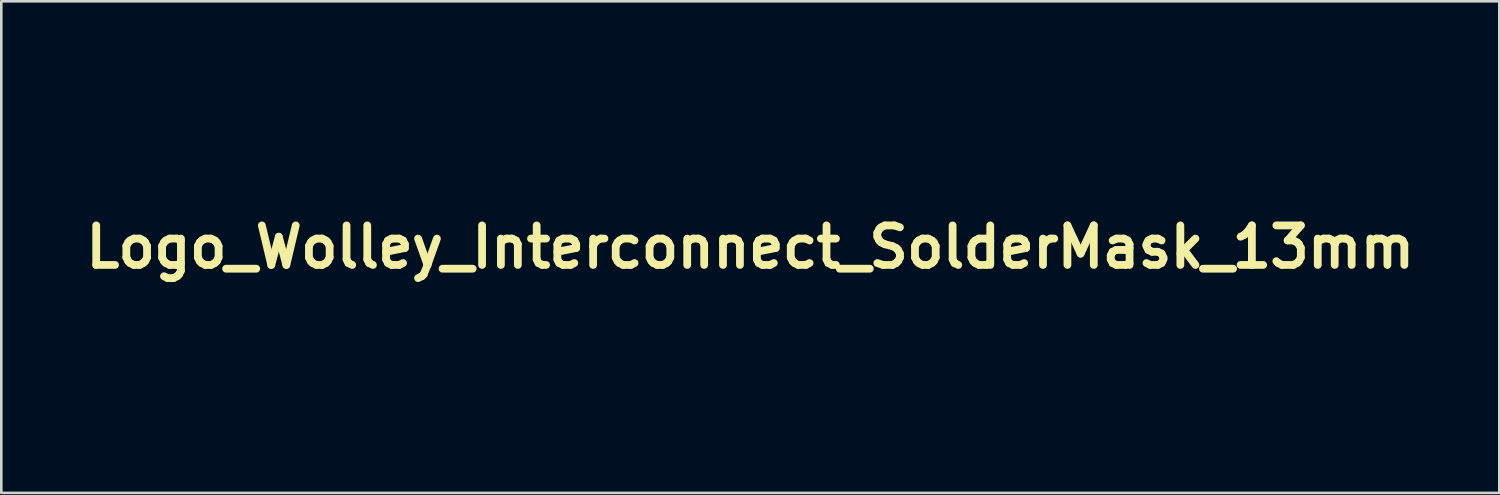
<source format=kicad_pcb>
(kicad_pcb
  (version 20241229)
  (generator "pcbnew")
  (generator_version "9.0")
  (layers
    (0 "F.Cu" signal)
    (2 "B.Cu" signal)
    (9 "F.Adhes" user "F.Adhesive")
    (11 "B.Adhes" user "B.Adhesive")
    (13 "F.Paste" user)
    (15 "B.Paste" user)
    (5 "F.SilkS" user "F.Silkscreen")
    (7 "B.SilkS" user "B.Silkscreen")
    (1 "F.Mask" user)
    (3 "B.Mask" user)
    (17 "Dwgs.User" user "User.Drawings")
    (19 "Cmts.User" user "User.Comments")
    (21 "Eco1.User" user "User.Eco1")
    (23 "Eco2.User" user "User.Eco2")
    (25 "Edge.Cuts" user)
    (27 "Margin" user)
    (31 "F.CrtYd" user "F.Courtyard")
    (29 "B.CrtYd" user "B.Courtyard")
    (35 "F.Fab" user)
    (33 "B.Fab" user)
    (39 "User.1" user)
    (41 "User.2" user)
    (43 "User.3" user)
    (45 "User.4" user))
  (footprint "Logo_Wolley_Interconnect_SolderMask_13mm"
    (layer "F.Cu")
    (at 25.879 6.476)
    (property "Reference" "Logo_Wolley_Interconnect_SolderMask_13mm" (at 0 0 0) (layer "F.SilkS") (effects (font (size 1.524 1.524) (thickness 0.3))))
    (attr through_hole)
    (fp_poly (pts (xy 1.653 4.019) (xy 1.662 4.023) (xy 1.668 4.03) (xy 1.671 4.04) (xy 1.67 4.053) (xy 1.667 4.063) (xy 1.66 4.083) (xy 1.649 4.103) (xy 1.634 4.124) (xy 1.616 4.146) (xy 1.595 4.168) (xy 1.572 4.19) (xy 1.547 4.212) (xy 1.52 4.232) (xy 1.503 4.244) (xy 1.495 4.249) (xy 1.486 4.254) (xy 1.474 4.261) (xy 1.461 4.268) (xy 1.448 4.275) (xy 1.436 4.282) (xy 1.424 4.288) (xy 1.413 4.293) (xy 1.405 4.297) (xy 1.4 4.299) (xy 1.399 4.299) (xy 1.397 4.297) (xy 1.398 4.294) (xy 1.402 4.283) (xy 1.407 4.27) (xy 1.413 4.255) (xy 1.42 4.24) (xy 1.427 4.225) (xy 1.431 4.218) (xy 1.447 4.19) (xy 1.464 4.163) (xy 1.482 4.138) (xy 1.501 4.114) (xy 1.52 4.092) (xy 1.54 4.073) (xy 1.56 4.056) (xy 1.579 4.041) (xy 1.598 4.03) (xy 1.616 4.022) (xy 1.632 4.018) (xy 1.64 4.018) (xy 1.653 4.019)) (stroke (width 0.01) (type solid)) (fill yes) (layer "F.Mask"))
    (fp_poly (pts (xy 2.119 4.844) (xy 2.12 4.845) (xy 2.121 4.849) (xy 2.12 4.855) (xy 2.118 4.862) (xy 2.113 4.87) (xy 2.105 4.881) (xy 2.096 4.893) (xy 2.083 4.908) (xy 2.068 4.925) (xy 2.049 4.945) (xy 2.029 4.966) (xy 2 4.996) (xy 1.973 5.023) (xy 1.948 5.046) (xy 1.925 5.067) (xy 1.904 5.084) (xy 1.885 5.098) (xy 1.867 5.11) (xy 1.85 5.119) (xy 1.834 5.125) (xy 1.82 5.129) (xy 1.805 5.131) (xy 1.799 5.131) (xy 1.791 5.131) (xy 1.787 5.13) (xy 1.785 5.127) (xy 1.783 5.12) (xy 1.785 5.111) (xy 1.791 5.099) (xy 1.798 5.086) (xy 1.808 5.071) (xy 1.821 5.056) (xy 1.835 5.039) (xy 1.851 5.022) (xy 1.868 5.005) (xy 1.886 4.988) (xy 1.905 4.971) (xy 1.924 4.955) (xy 1.933 4.948) (xy 1.965 4.925) (xy 1.994 4.904) (xy 2.02 4.887) (xy 2.044 4.872) (xy 2.064 4.86) (xy 2.082 4.851) (xy 2.096 4.845) (xy 2.107 4.841) (xy 2.115 4.841) (xy 2.119 4.844)) (stroke (width 0.01) (type solid)) (fill yes) (layer "F.Mask"))
    (fp_poly (pts (xy 1.308 3.424) (xy 1.31 3.429) (xy 1.31 3.438) (xy 1.307 3.451) (xy 1.302 3.466) (xy 1.295 3.486) (xy 1.285 3.508) (xy 1.273 3.534) (xy 1.26 3.56) (xy 1.235 3.609) (xy 1.208 3.658) (xy 1.179 3.706) (xy 1.15 3.753) (xy 1.119 3.797) (xy 1.089 3.84) (xy 1.059 3.879) (xy 1.029 3.916) (xy 0.999 3.948) (xy 0.986 3.961) (xy 0.976 3.971) (xy 0.966 3.981) (xy 0.955 3.991) (xy 0.945 4) (xy 0.936 4.008) (xy 0.929 4.013) (xy 0.925 4.016) (xy 0.924 4.015) (xy 0.926 4.01) (xy 0.929 4.002) (xy 0.934 3.99) (xy 0.938 3.982) (xy 0.953 3.951) (xy 0.97 3.918) (xy 0.988 3.883) (xy 1.007 3.847) (xy 1.027 3.811) (xy 1.046 3.776) (xy 1.064 3.744) (xy 1.081 3.714) (xy 1.081 3.714) (xy 1.098 3.686) (xy 1.116 3.657) (xy 1.134 3.629) (xy 1.153 3.601) (xy 1.171 3.574) (xy 1.189 3.548) (xy 1.207 3.524) (xy 1.224 3.501) (xy 1.24 3.481) (xy 1.254 3.463) (xy 1.267 3.449) (xy 1.279 3.437) (xy 1.288 3.43) (xy 1.297 3.424) (xy 1.304 3.422) (xy 1.308 3.424)) (stroke (width 0.01) (type solid)) (fill yes) (layer "F.Mask"))
    (fp_poly (pts (xy 0.663 3.422) (xy 0.666 3.424) (xy 0.666 3.427) (xy 0.666 3.434) (xy 0.666 3.437) (xy 0.665 3.446) (xy 0.662 3.457) (xy 0.657 3.47) (xy 0.651 3.486) (xy 0.643 3.505) (xy 0.632 3.527) (xy 0.62 3.552) (xy 0.619 3.554) (xy 0.592 3.606) (xy 0.564 3.658) (xy 0.534 3.708) (xy 0.504 3.756) (xy 0.472 3.803) (xy 0.44 3.847) (xy 0.409 3.887) (xy 0.377 3.925) (xy 0.346 3.958) (xy 0.342 3.961) (xy 0.331 3.972) (xy 0.32 3.983) (xy 0.309 3.993) (xy 0.299 4.001) (xy 0.291 4.008) (xy 0.285 4.013) (xy 0.28 4.016) (xy 0.279 4.016) (xy 0.28 4.013) (xy 0.283 4.007) (xy 0.287 3.997) (xy 0.293 3.985) (xy 0.3 3.971) (xy 0.308 3.955) (xy 0.316 3.938) (xy 0.325 3.921) (xy 0.335 3.903) (xy 0.344 3.885) (xy 0.352 3.868) (xy 0.361 3.853) (xy 0.368 3.838) (xy 0.369 3.837) (xy 0.388 3.802) (xy 0.405 3.771) (xy 0.421 3.742) (xy 0.437 3.716) (xy 0.452 3.69) (xy 0.468 3.664) (xy 0.485 3.638) (xy 0.503 3.611) (xy 0.51 3.601) (xy 0.534 3.565) (xy 0.556 3.534) (xy 0.577 3.506) (xy 0.595 3.482) (xy 0.611 3.462) (xy 0.626 3.446) (xy 0.638 3.434) (xy 0.649 3.426) (xy 0.657 3.422) (xy 0.663 3.422)) (stroke (width 0.01) (type solid)) (fill yes) (layer "F.Mask"))
    (fp_poly (pts (xy -1.161 0.048) (xy -1.155 0.051) (xy -1.146 0.057) (xy -1.133 0.064) (xy -1.117 0.073) (xy -1.099 0.083) (xy -1.079 0.095) (xy -1.056 0.108) (xy -1.032 0.122) (xy -1.006 0.137) (xy -0.979 0.152) (xy -0.951 0.169) (xy -0.922 0.185) (xy -0.892 0.202) (xy -0.863 0.22) (xy -0.833 0.237) (xy -0.804 0.254) (xy -0.775 0.27) (xy -0.747 0.287) (xy -0.72 0.302) (xy -0.694 0.317) (xy -0.67 0.331) (xy -0.648 0.344) (xy -0.628 0.355) (xy -0.61 0.366) (xy -0.595 0.374) (xy -0.583 0.381) (xy -0.575 0.387) (xy -0.569 0.39) (xy -0.567 0.391) (xy -0.567 0.392) (xy -0.567 0.395) (xy -0.566 0.4) (xy -0.566 0.407) (xy -0.566 0.416) (xy -0.566 0.428) (xy -0.565 0.442) (xy -0.565 0.459) (xy -0.565 0.479) (xy -0.565 0.503) (xy -0.565 0.529) (xy -0.565 0.56) (xy -0.565 0.594) (xy -0.565 0.631) (xy -0.565 0.673) (xy -0.565 0.72) (xy -0.565 0.74) (xy -0.566 1.086) (xy -0.867 0.912) (xy -1.168 0.738) (xy -1.168 0.391) (xy -1.168 0.345) (xy -1.168 0.303) (xy -1.168 0.265) (xy -1.168 0.231) (xy -1.168 0.2) (xy -1.168 0.174) (xy -1.168 0.15) (xy -1.167 0.129) (xy -1.167 0.112) (xy -1.167 0.097) (xy -1.167 0.084) (xy -1.167 0.074) (xy -1.167 0.065) (xy -1.166 0.059) (xy -1.166 0.054) (xy -1.166 0.051) (xy -1.165 0.048) (xy -1.165 0.047) (xy -1.164 0.046) (xy -1.164 0.046) (xy -1.161 0.048)) (stroke (width 0.01) (type solid)) (fill yes) (layer "F.Mask"))
    (fp_poly (pts (xy 2.899 -1.453) (xy 2.899 -1.447) (xy 2.899 -1.436) (xy 2.9 -1.422) (xy 2.9 -1.404) (xy 2.9 -1.383) (xy 2.9 -1.359) (xy 2.9 -1.332) (xy 2.9 -1.302) (xy 2.9 -1.27) (xy 2.9 -1.236) (xy 2.9 -1.2) (xy 2.9 -1.162) (xy 2.9 -1.123) (xy 2.9 -1.109) (xy 2.899 -0.761) (xy 1.305 0.159) (xy 1.226 0.205) (xy 1.148 0.25) (xy 1.071 0.294) (xy 0.995 0.338) (xy 0.92 0.381) (xy 0.847 0.424) (xy 0.775 0.465) (xy 0.704 0.506) (xy 0.636 0.546) (xy 0.568 0.584) (xy 0.503 0.622) (xy 0.44 0.659) (xy 0.378 0.694) (xy 0.319 0.729) (xy 0.261 0.762) (xy 0.206 0.793) (xy 0.154 0.824) (xy 0.103 0.853) (xy 0.056 0.88) (xy 0.011 0.906) (xy -0.032 0.931) (xy -0.071 0.954) (xy -0.108 0.975) (xy -0.142 0.994) (xy -0.172 1.012) (xy -0.2 1.028) (xy -0.224 1.042) (xy -0.245 1.054) (xy -0.262 1.064) (xy -0.276 1.072) (xy -0.286 1.078) (xy -0.293 1.081) (xy -0.295 1.083) (xy -0.295 1.083) (xy -0.302 1.086) (xy -0.301 0.739) (xy -0.3 0.391) (xy 1.299 -0.532) (xy 1.378 -0.578) (xy 1.456 -0.623) (xy 1.533 -0.668) (xy 1.609 -0.711) (xy 1.684 -0.755) (xy 1.757 -0.797) (xy 1.829 -0.839) (xy 1.9 -0.879) (xy 1.969 -0.919) (xy 2.036 -0.958) (xy 2.101 -0.995) (xy 2.165 -1.032) (xy 2.226 -1.068) (xy 2.286 -1.102) (xy 2.343 -1.135) (xy 2.398 -1.167) (xy 2.451 -1.197) (xy 2.501 -1.226) (xy 2.549 -1.254) (xy 2.594 -1.28) (xy 2.636 -1.304) (xy 2.676 -1.327) (xy 2.712 -1.348) (xy 2.746 -1.367) (xy 2.777 -1.385) (xy 2.804 -1.401) (xy 2.828 -1.415) (xy 2.849 -1.427) (xy 2.866 -1.437) (xy 2.88 -1.445) (xy 2.89 -1.451) (xy 2.897 -1.454) (xy 2.899 -1.456) (xy 2.899 -1.456) (xy 2.899 -1.453)) (stroke (width 0.01) (type solid)) (fill yes) (layer "F.Mask"))
    (fp_poly (pts (xy -2.896 -2.953) (xy -2.89 -2.95) (xy -2.881 -2.945) (xy -2.868 -2.938) (xy -2.854 -2.93) (xy -2.837 -2.92) (xy -2.818 -2.909) (xy -2.797 -2.898) (xy -2.775 -2.885) (xy -2.763 -2.878) (xy -2.74 -2.865) (xy -2.717 -2.851) (xy -2.695 -2.838) (xy -2.673 -2.826) (xy -2.654 -2.815) (xy -2.637 -2.805) (xy -2.622 -2.796) (xy -2.61 -2.789) (xy -2.601 -2.784) (xy -2.6 -2.783) (xy -2.592 -2.779) (xy -2.581 -2.773) (xy -2.567 -2.765) (xy -2.55 -2.755) (xy -2.531 -2.744) (xy -2.511 -2.732) (xy -2.488 -2.719) (xy -2.465 -2.706) (xy -2.442 -2.692) (xy -2.432 -2.687) (xy -2.297 -2.609) (xy -2.297 -2.262) (xy -2.297 -2.223) (xy -2.297 -2.185) (xy -2.297 -2.149) (xy -2.297 -2.114) (xy -2.297 -2.081) (xy -2.297 -2.051) (xy -2.297 -2.023) (xy -2.298 -1.997) (xy -2.298 -1.975) (xy -2.298 -1.956) (xy -2.298 -1.94) (xy -2.298 -1.928) (xy -2.298 -1.92) (xy -2.299 -1.916) (xy -2.299 -1.916) (xy -2.301 -1.917) (xy -2.307 -1.92) (xy -2.316 -1.926) (xy -2.329 -1.933) (xy -2.344 -1.942) (xy -2.363 -1.952) (xy -2.384 -1.965) (xy -2.407 -1.978) (xy -2.433 -1.993) (xy -2.461 -2.009) (xy -2.49 -2.026) (xy -2.521 -2.044) (xy -2.554 -2.062) (xy -2.587 -2.082) (xy -2.595 -2.086) (xy -2.629 -2.106) (xy -2.662 -2.125) (xy -2.693 -2.143) (xy -2.723 -2.16) (xy -2.752 -2.177) (xy -2.778 -2.192) (xy -2.802 -2.206) (xy -2.824 -2.219) (xy -2.844 -2.23) (xy -2.86 -2.24) (xy -2.874 -2.248) (xy -2.884 -2.254) (xy -2.891 -2.258) (xy -2.895 -2.26) (xy -2.895 -2.26) (xy -2.9 -2.263) (xy -2.9 -2.609) (xy -2.9 -2.66) (xy -2.9 -2.708) (xy -2.9 -2.751) (xy -2.9 -2.79) (xy -2.9 -2.826) (xy -2.9 -2.857) (xy -2.899 -2.884) (xy -2.899 -2.906) (xy -2.899 -2.925) (xy -2.899 -2.939) (xy -2.898 -2.948) (xy -2.898 -2.954) (xy -2.898 -2.954) (xy -2.896 -2.953)) (stroke (width 0.01) (type solid)) (fill yes) (layer "F.Mask"))
    (fp_poly (pts (xy -2.896 -0.953) (xy -2.89 -0.95) (xy -2.881 -0.945) (xy -2.869 -0.938) (xy -2.854 -0.929) (xy -2.836 -0.919) (xy -2.815 -0.908) (xy -2.793 -0.895) (xy -2.769 -0.881) (xy -2.743 -0.866) (xy -2.716 -0.851) (xy -2.688 -0.834) (xy -2.659 -0.818) (xy -2.63 -0.801) (xy -2.6 -0.784) (xy -2.571 -0.767) (xy -2.541 -0.75) (xy -2.512 -0.733) (xy -2.484 -0.717) (xy -2.457 -0.701) (xy -2.431 -0.686) (xy -2.407 -0.672) (xy -2.384 -0.659) (xy -2.364 -0.647) (xy -2.346 -0.637) (xy -2.33 -0.628) (xy -2.318 -0.62) (xy -2.308 -0.615) (xy -2.302 -0.611) (xy -2.3 -0.609) (xy -2.3 -0.609) (xy -2.299 -0.608) (xy -2.299 -0.605) (xy -2.299 -0.6) (xy -2.298 -0.593) (xy -2.298 -0.584) (xy -2.298 -0.572) (xy -2.298 -0.558) (xy -2.298 -0.541) (xy -2.297 -0.52) (xy -2.297 -0.497) (xy -2.297 -0.47) (xy -2.297 -0.439) (xy -2.297 -0.405) (xy -2.297 -0.366) (xy -2.297 -0.324) (xy -2.297 -0.277) (xy -2.297 -0.262) (xy -2.297 -0.214) (xy -2.297 -0.17) (xy -2.297 -0.131) (xy -2.297 -0.095) (xy -2.297 -0.064) (xy -2.297 -0.036) (xy -2.297 -0.011) (xy -2.297 0.01) (xy -2.298 0.028) (xy -2.298 0.043) (xy -2.298 0.056) (xy -2.298 0.066) (xy -2.299 0.073) (xy -2.299 0.079) (xy -2.299 0.082) (xy -2.3 0.084) (xy -2.3 0.084) (xy -2.302 0.083) (xy -2.308 0.079) (xy -2.317 0.074) (xy -2.33 0.067) (xy -2.346 0.058) (xy -2.365 0.047) (xy -2.386 0.035) (xy -2.409 0.021) (xy -2.435 0.007) (xy -2.463 -0.009) (xy -2.492 -0.026) (xy -2.523 -0.044) (xy -2.556 -0.063) (xy -2.589 -0.082) (xy -2.595 -0.086) (xy -2.629 -0.105) (xy -2.662 -0.124) (xy -2.693 -0.142) (xy -2.723 -0.16) (xy -2.751 -0.176) (xy -2.778 -0.191) (xy -2.802 -0.206) (xy -2.824 -0.218) (xy -2.843 -0.229) (xy -2.86 -0.239) (xy -2.873 -0.247) (xy -2.884 -0.253) (xy -2.891 -0.257) (xy -2.894 -0.259) (xy -2.894 -0.259) (xy -2.9 -0.263) (xy -2.9 -0.609) (xy -2.9 -0.648) (xy -2.9 -0.686) (xy -2.9 -0.723) (xy -2.9 -0.757) (xy -2.9 -0.79) (xy -2.9 -0.82) (xy -2.9 -0.848) (xy -2.899 -0.874) (xy -2.899 -0.896) (xy -2.899 -0.915) (xy -2.899 -0.931) (xy -2.899 -0.943) (xy -2.898 -0.951) (xy -2.898 -0.954) (xy -2.898 -0.955) (xy -2.896 -0.953)) (stroke (width 0.01) (type solid)) (fill yes) (layer "F.Mask"))
    (fp_poly (pts (xy 1.167 -4.453) (xy 1.167 -4.447) (xy 1.167 -4.436) (xy 1.167 -4.422) (xy 1.167 -4.404) (xy 1.167 -4.383) (xy 1.167 -4.358) (xy 1.167 -4.331) (xy 1.168 -4.302) (xy 1.168 -4.27) (xy 1.168 -4.236) (xy 1.168 -4.2) (xy 1.168 -4.162) (xy 1.168 -4.123) (xy 1.168 -4.109) (xy 1.168 -3.763) (xy -0.432 -2.839) (xy -0.511 -2.794) (xy -0.589 -2.749) (xy -0.666 -2.704) (xy -0.742 -2.66) (xy -0.817 -2.617) (xy -0.89 -2.575) (xy -0.962 -2.533) (xy -1.033 -2.492) (xy -1.102 -2.453) (xy -1.169 -2.414) (xy -1.234 -2.376) (xy -1.298 -2.34) (xy -1.359 -2.304) (xy -1.419 -2.27) (xy -1.476 -2.237) (xy -1.531 -2.205) (xy -1.584 -2.175) (xy -1.634 -2.146) (xy -1.682 -2.118) (xy -1.727 -2.092) (xy -1.769 -2.068) (xy -1.809 -2.045) (xy -1.845 -2.024) (xy -1.879 -2.004) (xy -1.91 -1.987) (xy -1.937 -1.971) (xy -1.961 -1.957) (xy -1.982 -1.945) (xy -1.999 -1.935) (xy -2.013 -1.927) (xy -2.023 -1.921) (xy -2.03 -1.918) (xy -2.032 -1.916) (xy -2.032 -1.916) (xy -2.033 -1.918) (xy -2.033 -1.925) (xy -2.033 -1.935) (xy -2.033 -1.95) (xy -2.033 -1.968) (xy -2.033 -1.989) (xy -2.033 -2.013) (xy -2.034 -2.04) (xy -2.034 -2.07) (xy -2.034 -2.102) (xy -2.034 -2.136) (xy -2.034 -2.172) (xy -2.034 -2.209) (xy -2.034 -2.248) (xy -2.034 -2.262) (xy -2.034 -2.608) (xy -2.025 -2.613) (xy -2.023 -2.614) (xy -2.017 -2.618) (xy -2.007 -2.624) (xy -1.993 -2.632) (xy -1.976 -2.642) (xy -1.956 -2.653) (xy -1.932 -2.667) (xy -1.906 -2.682) (xy -1.876 -2.7) (xy -1.843 -2.719) (xy -1.808 -2.739) (xy -1.77 -2.761) (xy -1.729 -2.784) (xy -1.686 -2.809) (xy -1.64 -2.836) (xy -1.593 -2.863) (xy -1.543 -2.892) (xy -1.491 -2.922) (xy -1.438 -2.953) (xy -1.382 -2.985) (xy -1.325 -3.018) (xy -1.266 -3.052) (xy -1.206 -3.086) (xy -1.145 -3.122) (xy -1.082 -3.158) (xy -1.018 -3.195) (xy -0.954 -3.232) (xy -0.888 -3.27) (xy -0.822 -3.308) (xy -0.755 -3.347) (xy -0.687 -3.386) (xy -0.619 -3.425) (xy -0.551 -3.465) (xy -0.483 -3.504) (xy -0.414 -3.544) (xy -0.345 -3.583) (xy -0.277 -3.623) (xy -0.209 -3.662) (xy -0.141 -3.701) (xy -0.074 -3.74) (xy -0.007 -3.779) (xy 0.059 -3.817) (xy 0.124 -3.854) (xy 0.189 -3.892) (xy 0.252 -3.928) (xy 0.314 -3.964) (xy 0.375 -3.999) (xy 0.434 -4.033) (xy 0.492 -4.067) (xy 0.548 -4.099) (xy 0.603 -4.131) (xy 0.656 -4.161) (xy 0.707 -4.191) (xy 0.756 -4.219) (xy 0.802 -4.246) (xy 0.847 -4.271) (xy 0.889 -4.296) (xy 0.928 -4.318) (xy 0.965 -4.34) (xy 0.999 -4.359) (xy 1.031 -4.377) (xy 1.059 -4.394) (xy 1.084 -4.408) (xy 1.107 -4.421) (xy 1.125 -4.432) (xy 1.141 -4.441) (xy 1.153 -4.448) (xy 1.161 -4.452) (xy 1.166 -4.455) (xy 1.167 -4.456) (xy 1.167 -4.453)) (stroke (width 0.01) (type solid)) (fill yes) (layer "F.Mask"))
    (fp_poly (pts (xy 2.168 -2.029) (xy 2.174 -2.026) (xy 2.183 -2.021) (xy 2.196 -2.014) (xy 2.211 -2.005) (xy 2.229 -1.995) (xy 2.249 -1.984) (xy 2.272 -1.971) (xy 2.296 -1.957) (xy 2.322 -1.942) (xy 2.349 -1.927) (xy 2.377 -1.91) (xy 2.406 -1.894) (xy 2.435 -1.877) (xy 2.465 -1.86) (xy 2.494 -1.843) (xy 2.524 -1.826) (xy 2.552 -1.809) (xy 2.581 -1.793) (xy 2.608 -1.777) (xy 2.633 -1.762) (xy 2.658 -1.748) (xy 2.68 -1.735) (xy 2.7 -1.723) (xy 2.718 -1.712) (xy 2.734 -1.703) (xy 2.746 -1.696) (xy 2.756 -1.69) (xy 2.762 -1.686) (xy 2.764 -1.684) (xy 2.764 -1.684) (xy 2.762 -1.683) (xy 2.757 -1.68) (xy 2.747 -1.674) (xy 2.733 -1.666) (xy 2.716 -1.656) (xy 2.695 -1.644) (xy 2.671 -1.63) (xy 2.643 -1.614) (xy 2.612 -1.596) (xy 2.578 -1.576) (xy 2.54 -1.554) (xy 2.499 -1.531) (xy 2.454 -1.505) (xy 2.407 -1.478) (xy 2.357 -1.448) (xy 2.303 -1.418) (xy 2.247 -1.385) (xy 2.188 -1.351) (xy 2.125 -1.315) (xy 2.061 -1.278) (xy 1.993 -1.239) (xy 1.923 -1.198) (xy 1.851 -1.156) (xy 1.776 -1.113) (xy 1.698 -1.068) (xy 1.618 -1.022) (xy 1.536 -0.975) (xy 1.452 -0.926) (xy 1.365 -0.876) (xy 1.276 -0.825) (xy 1.186 -0.772) (xy 1.093 -0.719) (xy 0.998 -0.664) (xy 0.902 -0.608) (xy 0.804 -0.552) (xy 0.704 -0.494) (xy 0.602 -0.435) (xy 0.499 -0.376) (xy 0.394 -0.315) (xy 0.287 -0.254) (xy 0.18 -0.191) (xy 0.07 -0.128) (xy 0.068 -0.127) (xy 0.048 -0.115) (xy 0.024 -0.102) (xy -0.003 -0.086) (xy -0.032 -0.069) (xy -0.062 -0.052) (xy -0.094 -0.033) (xy -0.127 -0.015) (xy -0.159 0.004) (xy -0.192 0.023) (xy -0.223 0.041) (xy -0.241 0.051) (xy -0.268 0.067) (xy -0.294 0.082) (xy -0.318 0.096) (xy -0.341 0.109) (xy -0.362 0.121) (xy -0.381 0.132) (xy -0.398 0.141) (xy -0.411 0.149) (xy -0.422 0.155) (xy -0.429 0.159) (xy -0.433 0.161) (xy -0.434 0.161) (xy -0.436 0.16) (xy -0.442 0.156) (xy -0.451 0.151) (xy -0.464 0.144) (xy -0.48 0.135) (xy -0.498 0.124) (xy -0.52 0.112) (xy -0.543 0.098) (xy -0.569 0.084) (xy -0.597 0.068) (xy -0.627 0.05) (xy -0.658 0.033) (xy -0.691 0.014) (xy -0.724 -0.006) (xy -0.735 -0.012) (xy -0.776 -0.036) (xy -0.813 -0.057) (xy -0.846 -0.076) (xy -0.876 -0.094) (xy -0.903 -0.109) (xy -0.927 -0.123) (xy -0.948 -0.135) (xy -0.965 -0.146) (xy -0.981 -0.155) (xy -0.994 -0.163) (xy -1.004 -0.169) (xy -1.013 -0.175) (xy -1.02 -0.179) (xy -1.024 -0.182) (xy -1.028 -0.184) (xy -1.029 -0.186) (xy -1.03 -0.187) (xy -1.03 -0.187) (xy -1.027 -0.189) (xy -1.021 -0.192) (xy -1.011 -0.198) (xy -0.997 -0.206) (xy -0.98 -0.216) (xy -0.96 -0.228) (xy -0.936 -0.242) (xy -0.909 -0.257) (xy -0.879 -0.275) (xy -0.847 -0.293) (xy -0.811 -0.314) (xy -0.773 -0.336) (xy -0.732 -0.36) (xy -0.689 -0.385) (xy -0.643 -0.411) (xy -0.596 -0.438) (xy -0.546 -0.467) (xy -0.494 -0.497) (xy -0.44 -0.528) (xy -0.385 -0.56) (xy -0.327 -0.593) (xy -0.269 -0.627) (xy -0.208 -0.662) (xy -0.147 -0.697) (xy -0.084 -0.734) (xy -0.02 -0.77) (xy 0.044 -0.808) (xy 0.11 -0.846) (xy 0.176 -0.884) (xy 0.243 -0.923) (xy 0.311 -0.962) (xy 0.379 -1.001) (xy 0.447 -1.04) (xy 0.516 -1.08) (xy 0.585 -1.12) (xy 0.653 -1.159) (xy 0.722 -1.199) (xy 0.79 -1.238) (xy 0.858 -1.277) (xy 0.925 -1.316) (xy 0.992 -1.354) (xy 1.058 -1.392) (xy 1.123 -1.43) (xy 1.187 -1.467) (xy 1.251 -1.504) (xy 1.313 -1.54) (xy 1.374 -1.575) (xy 1.433 -1.609) (xy 1.491 -1.642) (xy 1.548 -1.675) (xy 1.602 -1.706) (xy 1.655 -1.737) (xy 1.706 -1.766) (xy 1.755 -1.794) (xy 1.801 -1.821) (xy 1.846 -1.847) (xy 1.888 -1.871) (xy 1.927 -1.894) (xy 1.964 -1.915) (xy 1.998 -1.935) (xy 2.03 -1.953) (xy 2.058 -1.969) (xy 2.083 -1.983) (xy 2.106 -1.996) (xy 2.124 -2.007) (xy 2.14 -2.016) (xy 2.152 -2.023) (xy 2.16 -2.027) (xy 2.165 -2.03) (xy 2.165 -2.03) (xy 2.168 -2.029)) (stroke (width 0.01) (type solid)) (fill yes) (layer "F.Mask"))
    (fp_poly (pts (xy 0.434 -5.03) (xy 0.44 -5.027) (xy 0.449 -5.022) (xy 0.461 -5.015) (xy 0.477 -5.006) (xy 0.495 -4.996) (xy 0.515 -4.985) (xy 0.537 -4.972) (xy 0.561 -4.958) (xy 0.587 -4.944) (xy 0.614 -4.928) (xy 0.642 -4.912) (xy 0.671 -4.895) (xy 0.701 -4.878) (xy 0.73 -4.861) (xy 0.76 -4.844) (xy 0.79 -4.827) (xy 0.818 -4.811) (xy 0.847 -4.794) (xy 0.874 -4.778) (xy 0.9 -4.763) (xy 0.924 -4.749) (xy 0.947 -4.736) (xy 0.967 -4.724) (xy 0.985 -4.713) (xy 1.001 -4.704) (xy 1.014 -4.696) (xy 1.023 -4.691) (xy 1.03 -4.687) (xy 1.032 -4.685) (xy 1.032 -4.684) (xy 1.03 -4.683) (xy 1.024 -4.68) (xy 1.015 -4.674) (xy 1.002 -4.667) (xy 0.985 -4.657) (xy 0.965 -4.645) (xy 0.942 -4.632) (xy 0.915 -4.617) (xy 0.886 -4.6) (xy 0.853 -4.581) (xy 0.818 -4.561) (xy 0.78 -4.539) (xy 0.74 -4.515) (xy 0.697 -4.491) (xy 0.652 -4.464) (xy 0.604 -4.437) (xy 0.555 -4.408) (xy 0.503 -4.379) (xy 0.45 -4.348) (xy 0.394 -4.316) (xy 0.338 -4.283) (xy 0.279 -4.249) (xy 0.219 -4.214) (xy 0.158 -4.179) (xy 0.095 -4.143) (xy 0.031 -4.106) (xy -0.033 -4.069) (xy -0.099 -4.031) (xy -0.165 -3.993) (xy -0.232 -3.954) (xy -0.3 -3.915) (xy -0.368 -3.876) (xy -0.436 -3.836) (xy -0.504 -3.797) (xy -0.573 -3.757) (xy -0.642 -3.718) (xy -0.71 -3.678) (xy -0.778 -3.639) (xy -0.846 -3.599) (xy -0.914 -3.56) (xy -0.981 -3.522) (xy -1.047 -3.484) (xy -1.112 -3.446) (xy -1.177 -3.409) (xy -1.24 -3.372) (xy -1.302 -3.336) (xy -1.363 -3.301) (xy -1.423 -3.267) (xy -1.481 -3.233) (xy -1.538 -3.2) (xy -1.593 -3.169) (xy -1.646 -3.138) (xy -1.697 -3.108) (xy -1.746 -3.08) (xy -1.793 -3.053) (xy -1.838 -3.027) (xy -1.881 -3.003) (xy -1.92 -2.98) (xy -1.958 -2.958) (xy -1.992 -2.938) (xy -2.024 -2.92) (xy -2.053 -2.903) (xy -2.079 -2.889) (xy -2.101 -2.876) (xy -2.121 -2.864) (xy -2.136 -2.855) (xy -2.149 -2.848) (xy -2.158 -2.843) (xy -2.163 -2.84) (xy -2.164 -2.839) (xy -2.166 -2.84) (xy -2.172 -2.844) (xy -2.182 -2.849) (xy -2.194 -2.856) (xy -2.21 -2.865) (xy -2.229 -2.875) (xy -2.25 -2.888) (xy -2.274 -2.901) (xy -2.299 -2.916) (xy -2.327 -2.932) (xy -2.357 -2.949) (xy -2.388 -2.967) (xy -2.421 -2.986) (xy -2.454 -3.005) (xy -2.466 -3.012) (xy -2.5 -3.031) (xy -2.533 -3.05) (xy -2.565 -3.069) (xy -2.595 -3.086) (xy -2.623 -3.102) (xy -2.649 -3.118) (xy -2.673 -3.132) (xy -2.695 -3.145) (xy -2.714 -3.156) (xy -2.731 -3.166) (xy -2.744 -3.174) (xy -2.754 -3.18) (xy -2.761 -3.184) (xy -2.764 -3.186) (xy -2.764 -3.186) (xy -2.762 -3.187) (xy -2.756 -3.191) (xy -2.747 -3.196) (xy -2.734 -3.204) (xy -2.717 -3.214) (xy -2.697 -3.225) (xy -2.674 -3.239) (xy -2.647 -3.254) (xy -2.618 -3.271) (xy -2.586 -3.29) (xy -2.55 -3.31) (xy -2.513 -3.332) (xy -2.472 -3.355) (xy -2.429 -3.38) (xy -2.384 -3.406) (xy -2.337 -3.434) (xy -2.287 -3.462) (xy -2.235 -3.492) (xy -2.182 -3.523) (xy -2.127 -3.555) (xy -2.07 -3.588) (xy -2.011 -3.622) (xy -1.951 -3.656) (xy -1.89 -3.692) (xy -1.827 -3.728) (xy -1.764 -3.765) (xy -1.699 -3.802) (xy -1.633 -3.84) (xy -1.567 -3.878) (xy -1.5 -3.917) (xy -1.433 -3.956) (xy -1.365 -3.995) (xy -1.296 -4.035) (xy -1.228 -4.074) (xy -1.159 -4.114) (xy -1.09 -4.153) (xy -1.022 -4.193) (xy -0.954 -4.232) (xy -0.886 -4.271) (xy -0.818 -4.31) (xy -0.752 -4.349) (xy -0.685 -4.387) (xy -0.62 -4.425) (xy -0.556 -4.462) (xy -0.492 -4.499) (xy -0.43 -4.535) (xy -0.369 -4.57) (xy -0.309 -4.604) (xy -0.251 -4.638) (xy -0.194 -4.671) (xy -0.139 -4.702) (xy -0.086 -4.733) (xy -0.035 -4.762) (xy 0.014 -4.791) (xy 0.061 -4.818) (xy 0.106 -4.844) (xy 0.148 -4.868) (xy 0.188 -4.891) (xy 0.225 -4.912) (xy 0.26 -4.932) (xy 0.291 -4.951) (xy 0.32 -4.967) (xy 0.346 -4.982) (xy 0.369 -4.995) (xy 0.388 -5.006) (xy 0.404 -5.015) (xy 0.416 -5.022) (xy 0.425 -5.027) (xy 0.43 -5.03) (xy 0.431 -5.031) (xy 0.434 -5.03)) (stroke (width 0.01) (type solid)) (fill yes) (layer "F.Mask"))
    (fp_poly (pts (xy 2.899 -3.453) (xy 2.899 -3.447) (xy 2.899 -3.436) (xy 2.899 -3.422) (xy 2.9 -3.404) (xy 2.9 -3.383) (xy 2.9 -3.359) (xy 2.9 -3.331) (xy 2.9 -3.302) (xy 2.9 -3.27) (xy 2.9 -3.236) (xy 2.9 -3.2) (xy 2.9 -3.162) (xy 2.9 -3.123) (xy 2.9 -3.109) (xy 2.9 -2.762) (xy 2.867 -2.743) (xy 2.854 -2.736) (xy 2.838 -2.727) (xy 2.821 -2.717) (xy 2.805 -2.707) (xy 2.79 -2.699) (xy 2.73 -2.664) (xy 2.672 -2.63) (xy 2.617 -2.599) (xy 2.564 -2.568) (xy 2.515 -2.54) (xy 2.468 -2.513) (xy 2.425 -2.488) (xy 2.384 -2.465) (xy 2.347 -2.443) (xy 2.313 -2.423) (xy 2.282 -2.406) (xy 2.255 -2.39) (xy 2.231 -2.376) (xy 2.211 -2.365) (xy 2.194 -2.355) (xy 2.181 -2.347) (xy 2.172 -2.342) (xy 2.166 -2.339) (xy 2.165 -2.338) (xy 2.162 -2.337) (xy 2.156 -2.333) (xy 2.146 -2.327) (xy 2.132 -2.319) (xy 2.115 -2.309) (xy 2.095 -2.298) (xy 2.071 -2.284) (xy 2.044 -2.268) (xy 2.013 -2.251) (xy 1.98 -2.231) (xy 1.944 -2.211) (xy 1.905 -2.188) (xy 1.863 -2.164) (xy 1.819 -2.138) (xy 1.772 -2.111) (xy 1.723 -2.083) (xy 1.671 -2.053) (xy 1.617 -2.022) (xy 1.562 -1.99) (xy 1.504 -1.956) (xy 1.444 -1.922) (xy 1.382 -1.886) (xy 1.319 -1.85) (xy 1.254 -1.812) (xy 1.188 -1.774) (xy 1.12 -1.735) (xy 1.051 -1.695) (xy 0.98 -1.654) (xy 0.909 -1.613) (xy 0.837 -1.571) (xy 0.763 -1.529) (xy 0.689 -1.486) (xy 0.614 -1.443) (xy 0.539 -1.399) (xy 0.463 -1.356) (xy 0.387 -1.312) (xy 0.31 -1.267) (xy 0.234 -1.223) (xy 0.157 -1.179) (xy 0.08 -1.134) (xy 0.003 -1.09) (xy -0.073 -1.046) (xy -0.149 -1.002) (xy -0.225 -0.958) (xy -0.3 -0.915) (xy -0.375 -0.872) (xy -0.449 -0.829) (xy -0.522 -0.787) (xy -0.594 -0.745) (xy -0.665 -0.704) (xy -0.735 -0.664) (xy -0.804 -0.624) (xy -0.871 -0.585) (xy -0.937 -0.547) (xy -1.002 -0.51) (xy -1.065 -0.473) (xy -1.126 -0.438) (xy -1.185 -0.404) (xy -1.243 -0.371) (xy -1.298 -0.339) (xy -1.351 -0.308) (xy -1.402 -0.279) (xy -1.451 -0.251) (xy -1.497 -0.224) (xy -1.54 -0.199) (xy -1.581 -0.175) (xy -1.62 -0.153) (xy -1.655 -0.132) (xy -1.687 -0.114) (xy -1.717 -0.097) (xy -1.731 -0.089) (xy -1.765 -0.069) (xy -1.798 -0.05) (xy -1.829 -0.032) (xy -1.859 -0.015) (xy -1.888 0.002) (xy -1.914 0.017) (xy -1.939 0.031) (xy -1.961 0.044) (xy -1.98 0.055) (xy -1.997 0.064) (xy -2.01 0.072) (xy -2.021 0.078) (xy -2.028 0.082) (xy -2.031 0.084) (xy -2.032 0.084) (xy -2.032 0.082) (xy -2.032 0.075) (xy -2.033 0.064) (xy -2.033 0.048) (xy -2.033 0.028) (xy -2.033 0.004) (xy -2.033 -0.025) (xy -2.034 -0.057) (xy -2.034 -0.094) (xy -2.034 -0.135) (xy -2.034 -0.18) (xy -2.034 -0.23) (xy -2.034 -0.262) (xy -2.034 -0.31) (xy -2.034 -0.353) (xy -2.034 -0.393) (xy -2.034 -0.428) (xy -2.034 -0.46) (xy -2.034 -0.488) (xy -2.033 -0.513) (xy -2.033 -0.534) (xy -2.033 -0.553) (xy -2.033 -0.568) (xy -2.033 -0.581) (xy -2.033 -0.591) (xy -2.032 -0.598) (xy -2.032 -0.604) (xy -2.032 -0.607) (xy -2.031 -0.609) (xy -2.031 -0.609) (xy -2.029 -0.611) (xy -2.023 -0.614) (xy -2.013 -0.62) (xy -2 -0.627) (xy -1.983 -0.637) (xy -1.963 -0.649) (xy -1.939 -0.663) (xy -1.912 -0.678) (xy -1.882 -0.696) (xy -1.849 -0.715) (xy -1.812 -0.736) (xy -1.773 -0.759) (xy -1.731 -0.783) (xy -1.686 -0.809) (xy -1.638 -0.836) (xy -1.588 -0.865) (xy -1.536 -0.896) (xy -1.481 -0.927) (xy -1.424 -0.961) (xy -1.364 -0.995) (xy -1.303 -1.03) (xy -1.239 -1.067) (xy -1.173 -1.105) (xy -1.106 -1.144) (xy -1.037 -1.184) (xy -0.966 -1.225) (xy -0.894 -1.267) (xy -0.82 -1.309) (xy -0.745 -1.353) (xy -0.668 -1.397) (xy -0.59 -1.442) (xy -0.512 -1.487) (xy -0.432 -1.533) (xy -0.351 -1.58) (xy -0.269 -1.627) (xy -0.187 -1.675) (xy -0.104 -1.723) (xy -0.02 -1.771) (xy 0.064 -1.82) (xy 0.149 -1.868) (xy 0.234 -1.917) (xy 0.319 -1.967) (xy 0.404 -2.016) (xy 0.489 -2.065) (xy 0.574 -2.114) (xy 0.659 -2.163) (xy 0.744 -2.212) (xy 0.828 -2.261) (xy 0.912 -2.309) (xy 0.996 -2.358) (xy 1.079 -2.405) (xy 1.161 -2.453) (xy 1.242 -2.5) (xy 1.323 -2.546) (xy 1.403 -2.592) (xy 1.481 -2.638) (xy 1.558 -2.682) (xy 1.635 -2.726) (xy 1.709 -2.769) (xy 1.783 -2.812) (xy 1.855 -2.853) (xy 1.925 -2.894) (xy 1.994 -2.934) (xy 2.061 -2.972) (xy 2.126 -3.01) (xy 2.189 -3.046) (xy 2.25 -3.081) (xy 2.308 -3.115) (xy 2.365 -3.148) (xy 2.419 -3.179) (xy 2.471 -3.209) (xy 2.52 -3.237) (xy 2.567 -3.264) (xy 2.611 -3.29) (xy 2.653 -3.314) (xy 2.691 -3.336) (xy 2.726 -3.356) (xy 2.759 -3.375) (xy 2.788 -3.392) (xy 2.814 -3.407) (xy 2.837 -3.42) (xy 2.856 -3.431) (xy 2.872 -3.44) (xy 2.884 -3.447) (xy 2.893 -3.452) (xy 2.898 -3.455) (xy 2.899 -3.456) (xy 2.899 -3.453)) (stroke (width 0.01) (type solid)) (fill yes) (layer "F.Mask"))
    (fp_poly (pts (xy 2.169 -4.03) (xy 2.172 -4.029) (xy 2.179 -4.025) (xy 2.189 -4.019) (xy 2.202 -4.012) (xy 2.218 -4.003) (xy 2.236 -3.992) (xy 2.257 -3.98) (xy 2.279 -3.967) (xy 2.304 -3.953) (xy 2.33 -3.938) (xy 2.357 -3.923) (xy 2.385 -3.906) (xy 2.414 -3.89) (xy 2.443 -3.873) (xy 2.473 -3.855) (xy 2.502 -3.838) (xy 2.532 -3.821) (xy 2.56 -3.805) (xy 2.588 -3.788) (xy 2.615 -3.773) (xy 2.64 -3.758) (xy 2.664 -3.744) (xy 2.686 -3.731) (xy 2.705 -3.72) (xy 2.723 -3.71) (xy 2.737 -3.701) (xy 2.749 -3.694) (xy 2.758 -3.689) (xy 2.763 -3.686) (xy 2.765 -3.684) (xy 2.762 -3.683) (xy 2.756 -3.68) (xy 2.747 -3.674) (xy 2.733 -3.666) (xy 2.717 -3.656) (xy 2.696 -3.645) (xy 2.672 -3.631) (xy 2.645 -3.615) (xy 2.615 -3.598) (xy 2.582 -3.578) (xy 2.545 -3.557) (xy 2.506 -3.535) (xy 2.464 -3.51) (xy 2.419 -3.484) (xy 2.371 -3.457) (xy 2.321 -3.428) (xy 2.269 -3.398) (xy 2.214 -3.366) (xy 2.156 -3.333) (xy 2.097 -3.298) (xy 2.035 -3.263) (xy 1.972 -3.226) (xy 1.906 -3.188) (xy 1.839 -3.149) (xy 1.77 -3.109) (xy 1.699 -3.068) (xy 1.626 -3.027) (xy 1.552 -2.984) (xy 1.477 -2.941) (xy 1.401 -2.896) (xy 1.323 -2.851) (xy 1.244 -2.806) (xy 1.164 -2.76) (xy 1.083 -2.713) (xy 1.002 -2.666) (xy 0.919 -2.618) (xy 0.836 -2.57) (xy 0.752 -2.522) (xy 0.668 -2.474) (xy 0.584 -2.425) (xy 0.499 -2.376) (xy 0.414 -2.327) (xy 0.328 -2.277) (xy 0.243 -2.228) (xy 0.158 -2.179) (xy 0.073 -2.13) (xy -0.012 -2.081) (xy -0.096 -2.032) (xy -0.18 -1.984) (xy -0.264 -1.936) (xy -0.347 -1.888) (xy -0.429 -1.841) (xy -0.51 -1.794) (xy -0.591 -1.747) (xy -0.67 -1.701) (xy -0.749 -1.656) (xy -0.826 -1.611) (xy -0.903 -1.567) (xy -0.977 -1.524) (xy -1.051 -1.482) (xy -1.123 -1.44) (xy -1.193 -1.4) (xy -1.262 -1.36) (xy -1.328 -1.322) (xy -1.393 -1.284) (xy -1.456 -1.248) (xy -1.517 -1.213) (xy -1.576 -1.179) (xy -1.633 -1.146) (xy -1.687 -1.115) (xy -1.739 -1.085) (xy -1.788 -1.057) (xy -1.835 -1.03) (xy -1.879 -1.004) (xy -1.92 -0.981) (xy -1.959 -0.958) (xy -1.994 -0.938) (xy -2.026 -0.919) (xy -2.056 -0.902) (xy -2.082 -0.888) (xy -2.104 -0.874) (xy -2.124 -0.863) (xy -2.14 -0.854) (xy -2.152 -0.847) (xy -2.16 -0.842) (xy -2.165 -0.84) (xy -2.166 -0.839) (xy -2.168 -0.84) (xy -2.174 -0.844) (xy -2.184 -0.849) (xy -2.196 -0.856) (xy -2.212 -0.865) (xy -2.231 -0.876) (xy -2.252 -0.888) (xy -2.276 -0.902) (xy -2.302 -0.916) (xy -2.33 -0.933) (xy -2.359 -0.95) (xy -2.39 -0.968) (xy -2.423 -0.986) (xy -2.456 -1.006) (xy -2.467 -1.012) (xy -2.501 -1.032) (xy -2.534 -1.051) (xy -2.566 -1.069) (xy -2.595 -1.086) (xy -2.624 -1.103) (xy -2.65 -1.118) (xy -2.674 -1.132) (xy -2.696 -1.145) (xy -2.715 -1.156) (xy -2.731 -1.166) (xy -2.745 -1.174) (xy -2.755 -1.18) (xy -2.761 -1.184) (xy -2.764 -1.186) (xy -2.764 -1.186) (xy -2.762 -1.187) (xy -2.757 -1.191) (xy -2.748 -1.196) (xy -2.735 -1.203) (xy -2.72 -1.212) (xy -2.702 -1.222) (xy -2.682 -1.234) (xy -2.66 -1.247) (xy -2.636 -1.261) (xy -2.61 -1.276) (xy -2.583 -1.291) (xy -2.555 -1.308) (xy -2.526 -1.324) (xy -2.496 -1.341) (xy -2.467 -1.359) (xy -2.437 -1.376) (xy -2.407 -1.393) (xy -2.378 -1.41) (xy -2.35 -1.426) (xy -2.323 -1.442) (xy -2.297 -1.457) (xy -2.272 -1.471) (xy -2.249 -1.484) (xy -2.229 -1.496) (xy -2.21 -1.506) (xy -2.195 -1.515) (xy -2.182 -1.523) (xy -2.172 -1.528) (xy -2.165 -1.532) (xy -2.163 -1.533) (xy -2.161 -1.535) (xy -2.155 -1.538) (xy -2.145 -1.544) (xy -2.131 -1.552) (xy -2.114 -1.562) (xy -2.093 -1.574) (xy -2.07 -1.587) (xy -2.043 -1.603) (xy -2.012 -1.62) (xy -1.979 -1.64) (xy -1.943 -1.661) (xy -1.904 -1.683) (xy -1.862 -1.707) (xy -1.818 -1.733) (xy -1.771 -1.76) (xy -1.722 -1.788) (xy -1.67 -1.818) (xy -1.616 -1.849) (xy -1.56 -1.882) (xy -1.502 -1.915) (xy -1.442 -1.95) (xy -1.38 -1.985) (xy -1.317 -2.022) (xy -1.252 -2.06) (xy -1.185 -2.098) (xy -1.117 -2.138) (xy -1.047 -2.178) (xy -0.977 -2.218) (xy -0.905 -2.26) (xy -0.832 -2.302) (xy -0.758 -2.345) (xy -0.683 -2.388) (xy -0.608 -2.431) (xy -0.532 -2.475) (xy -0.455 -2.519) (xy -0.378 -2.564) (xy -0.301 -2.608) (xy -0.223 -2.653) (xy -0.146 -2.698) (xy -0.068 -2.743) (xy 0.01 -2.788) (xy 0.087 -2.833) (xy 0.164 -2.877) (xy 0.241 -2.922) (xy 0.318 -2.966) (xy 0.394 -3.01) (xy 0.469 -3.053) (xy 0.543 -3.096) (xy 0.617 -3.139) (xy 0.69 -3.18) (xy 0.761 -3.222) (xy 0.832 -3.262) (xy 0.901 -3.302) (xy 0.968 -3.342) (xy 1.035 -3.38) (xy 1.1 -3.417) (xy 1.163 -3.454) (xy 1.224 -3.489) (xy 1.284 -3.524) (xy 1.341 -3.557) (xy 1.397 -3.589) (xy 1.45 -3.62) (xy 1.501 -3.649) (xy 1.55 -3.677) (xy 1.596 -3.704) (xy 1.64 -3.729) (xy 1.681 -3.753) (xy 1.719 -3.775) (xy 1.755 -3.796) (xy 1.787 -3.814) (xy 1.798 -3.821) (xy 1.843 -3.847) (xy 1.885 -3.871) (xy 1.923 -3.893) (xy 1.958 -3.913) (xy 1.989 -3.931) (xy 2.017 -3.947) (xy 2.042 -3.961) (xy 2.064 -3.974) (xy 2.084 -3.985) (xy 2.101 -3.995) (xy 2.116 -4.003) (xy 2.129 -4.01) (xy 2.139 -4.016) (xy 2.148 -4.021) (xy 2.155 -4.024) (xy 2.16 -4.027) (xy 2.164 -4.029) (xy 2.167 -4.03) (xy 2.169 -4.03) (xy 2.169 -4.03)) (stroke (width 0.01) (type solid)) (fill yes) (layer "F.Mask"))
    (fp_poly (pts (xy 1.933 -6.471) (xy 2.054 -6.471) (xy 2.171 -6.471) (xy 2.284 -6.471) (xy 2.393 -6.471) (xy 2.498 -6.471) (xy 2.599 -6.471) (xy 2.697 -6.471) (xy 2.79 -6.471) (xy 2.88 -6.471) (xy 2.967 -6.471) (xy 3.049 -6.471) (xy 3.128 -6.471) (xy 3.204 -6.471) (xy 3.276 -6.471) (xy 3.344 -6.471) (xy 3.409 -6.471) (xy 3.471 -6.471) (xy 3.529 -6.471) (xy 3.584 -6.47) (xy 3.636 -6.47) (xy 3.684 -6.47) (xy 3.729 -6.47) (xy 3.771 -6.47) (xy 3.81 -6.47) (xy 3.846 -6.47) (xy 3.879 -6.47) (xy 3.908 -6.47) (xy 3.935 -6.47) (xy 3.959 -6.47) (xy 3.98 -6.47) (xy 3.998 -6.47) (xy 4.013 -6.47) (xy 4.025 -6.469) (xy 4.035 -6.469) (xy 4.042 -6.469) (xy 4.046 -6.469) (xy 4.047 -6.469) (xy 4.096 -6.462) (xy 4.143 -6.452) (xy 4.189 -6.437) (xy 4.234 -6.418) (xy 4.276 -6.395) (xy 4.316 -6.368) (xy 4.354 -6.338) (xy 4.379 -6.314) (xy 4.412 -6.278) (xy 4.441 -6.239) (xy 4.466 -6.198) (xy 4.488 -6.155) (xy 4.506 -6.11) (xy 4.52 -6.063) (xy 4.529 -6.015) (xy 4.533 -5.986) (xy 4.533 -5.983) (xy 4.533 -5.976) (xy 4.533 -5.964) (xy 4.533 -5.948) (xy 4.533 -5.927) (xy 4.533 -5.903) (xy 4.533 -5.874) (xy 4.533 -5.841) (xy 4.533 -5.805) (xy 4.533 -5.764) (xy 4.533 -5.72) (xy 4.533 -5.671) (xy 4.534 -5.62) (xy 4.534 -5.564) (xy 4.534 -5.505) (xy 4.534 -5.443) (xy 4.534 -5.377) (xy 4.534 -5.308) (xy 4.534 -5.236) (xy 4.534 -5.16) (xy 4.534 -5.082) (xy 4.534 -5) (xy 4.534 -4.916) (xy 4.534 -4.828) (xy 4.534 -4.738) (xy 4.534 -4.645) (xy 4.534 -4.55) (xy 4.534 -4.452) (xy 4.534 -4.351) (xy 4.534 -4.248) (xy 4.534 -4.143) (xy 4.534 -4.035) (xy 4.534 -3.925) (xy 4.534 -3.813) (xy 4.535 -3.699) (xy 4.535 -3.583) (xy 4.535 -3.464) (xy 4.535 -3.344) (xy 4.535 -3.223) (xy 4.535 -3.099) (xy 4.535 -2.974) (xy 4.535 -2.847) (xy 4.535 -2.719) (xy 4.535 -2.59) (xy 4.535 -2.459) (xy 4.535 -2.327) (xy 4.535 -2.193) (xy 4.535 -2.059) (xy 4.535 -1.923) (xy 4.535 -1.786) (xy 4.535 -1.649) (xy 4.535 -1.51) (xy 4.535 -1.371) (xy 4.535 -1.232) (xy 4.535 -1.091) (xy 4.535 -0.95) (xy 4.535 -0.809) (xy 4.535 -0.667) (xy 4.535 -0.524) (xy 4.535 -0.382) (xy 4.535 -0.239) (xy 4.535 -0.096) (xy 4.535 0.047) (xy 4.535 0.189) (xy 4.535 0.332) (xy 4.535 0.475) (xy 4.535 0.617) (xy 4.535 0.759) (xy 4.535 0.901) (xy 4.535 1.042) (xy 4.535 1.183) (xy 4.535 1.323) (xy 4.535 1.462) (xy 4.535 1.601) (xy 4.535 1.739) (xy 4.535 1.876) (xy 4.535 2.012) (xy 4.535 2.147) (xy 4.535 2.28) (xy 4.535 2.413) (xy 4.535 2.544) (xy 4.535 2.675) (xy 4.535 2.803) (xy 4.535 2.93) (xy 4.535 3.056) (xy 4.535 3.18) (xy 4.535 3.302) (xy 4.535 3.423) (xy 4.535 3.542) (xy 4.535 3.659) (xy 4.535 3.774) (xy 4.534 3.886) (xy 4.534 3.997) (xy 4.534 4.106) (xy 4.534 4.212) (xy 4.534 4.316) (xy 4.534 4.417) (xy 4.534 4.516) (xy 4.534 4.613) (xy 4.534 4.707) (xy 4.534 4.798) (xy 4.534 4.886) (xy 4.534 4.972) (xy 4.534 5.054) (xy 4.534 5.134) (xy 4.534 5.21) (xy 4.534 5.284) (xy 4.534 5.354) (xy 4.534 5.421) (xy 4.534 5.484) (xy 4.534 5.545) (xy 4.534 5.601) (xy 4.533 5.654) (xy 4.533 5.704) (xy 4.533 5.75) (xy 4.533 5.791) (xy 4.533 5.83) (xy 4.533 5.864) (xy 4.533 5.894) (xy 4.533 5.92) (xy 4.533 5.942) (xy 4.533 5.96) (xy 4.533 5.973) (xy 4.533 5.982) (xy 4.533 5.987) (xy 4.533 5.987) (xy 4.526 6.034) (xy 4.515 6.081) (xy 4.5 6.127) (xy 4.482 6.171) (xy 4.459 6.213) (xy 4.433 6.253) (xy 4.416 6.276) (xy 4.384 6.312) (xy 4.349 6.344) (xy 4.311 6.374) (xy 4.271 6.4) (xy 4.229 6.422) (xy 4.185 6.44) (xy 4.139 6.455) (xy 4.091 6.466) (xy 4.051 6.471) (xy 4.048 6.471) (xy 4.04 6.471) (xy 4.028 6.471) (xy 4.012 6.471) (xy 3.992 6.472) (xy 3.967 6.472) (xy 3.939 6.472) (xy 3.906 6.472) (xy 3.87 6.472) (xy 3.83 6.472) (xy 3.786 6.472) (xy 3.739 6.472) (xy 3.689 6.472) (xy 3.634 6.472) (xy 3.577 6.472) (xy 3.517 6.472) (xy 3.453 6.472) (xy 3.386 6.472) (xy 3.316 6.472) (xy 3.244 6.473) (xy 3.168 6.473) (xy 3.09 6.473) (xy 3.01 6.473) (xy 2.927 6.473) (xy 2.841 6.473) (xy 2.753 6.473) (xy 2.663 6.473) (xy 2.571 6.473) (xy 2.477 6.473) (xy 2.38 6.473) (xy 2.282 6.473) (xy 2.182 6.473) (xy 2.08 6.473) (xy 1.977 6.473) (xy 1.872 6.473) (xy 1.766 6.473) (xy 1.658 6.473) (xy 1.549 6.473) (xy 1.439 6.473) (xy 1.327 6.473) (xy 1.215 6.473) (xy 1.102 6.473) (xy 0.988 6.473) (xy 0.873 6.473) (xy 0.757 6.473) (xy 0.641 6.473) (xy 0.525 6.473) (xy 0.408 6.473) (xy 0.291 6.473) (xy 0.173 6.473) (xy 0.056 6.473) (xy -0.062 6.473) (xy -0.179 6.473) (xy -0.297 6.473) (xy -0.414 6.473) (xy -0.531 6.473) (xy -0.648 6.473) (xy -0.764 6.473) (xy -0.879 6.473) (xy -0.994 6.473) (xy -1.108 6.473) (xy -1.221 6.473) (xy -1.333 6.473) (xy -1.445 6.473) (xy -1.555 6.473) (xy -1.664 6.473) (xy -1.771 6.473) (xy -1.878 6.473) (xy -1.983 6.473) (xy -2.086 6.473) (xy -2.188 6.473) (xy -2.288 6.473) (xy -2.386 6.473) (xy -2.482 6.473) (xy -2.576 6.473) (xy -2.669 6.473) (xy -2.759 6.473) (xy -2.847 6.473) (xy -2.932 6.473) (xy -3.015 6.473) (xy -3.096 6.473) (xy -3.174 6.473) (xy -3.249 6.472) (xy -3.321 6.472) (xy -3.391 6.472) (xy -3.458 6.472) (xy -3.521 6.472) (xy -3.582 6.472) (xy -3.639 6.472) (xy -3.693 6.472) (xy -3.744 6.472) (xy -3.791 6.472) (xy -3.834 6.472) (xy -3.874 6.472) (xy -3.91 6.472) (xy -3.943 6.472) (xy -3.971 6.472) (xy -3.995 6.471) (xy -4.016 6.471) (xy -4.032 6.471) (xy -4.044 6.471) (xy -4.051 6.471) (xy -4.054 6.471) (xy -4.1 6.464) (xy -4.145 6.453) (xy -4.19 6.438) (xy -4.233 6.42) (xy -4.275 6.397) (xy -4.314 6.372) (xy -4.337 6.354) (xy -4.373 6.323) (xy -4.405 6.288) (xy -4.435 6.251) (xy -4.46 6.211) (xy -4.483 6.168) (xy -4.501 6.124) (xy -4.516 6.079) (xy -4.526 6.032) (xy -4.533 5.986) (xy -4.533 5.984) (xy -4.533 5.979) (xy -4.533 5.972) (xy -4.533 5.963) (xy -4.533 5.951) (xy -4.533 5.937) (xy -4.533 5.92) (xy -4.533 5.901) (xy -4.533 5.879) (xy -4.533 5.855) (xy -4.533 5.828) (xy -4.534 5.798) (xy -4.534 5.766) (xy -4.534 5.731) (xy -4.534 5.693) (xy -4.534 5.652) (xy -4.534 5.608) (xy -4.534 5.562) (xy -4.534 5.512) (xy -4.534 5.46) (xy -4.534 5.405) (xy -4.534 5.346) (xy -4.534 5.285) (xy -4.534 5.22) (xy -4.534 5.152) (xy -4.534 5.082) (xy -4.534 5.007) (xy -4.534 4.93) (xy -4.534 4.849) (xy -4.534 4.776) (xy -2.799 4.776) (xy -2.798 4.805) (xy -2.795 4.832) (xy -2.795 4.835) (xy -2.788 4.865) (xy -2.779 4.892) (xy -2.767 4.915) (xy -2.752 4.934) (xy -2.734 4.95) (xy -2.714 4.963) (xy -2.69 4.972) (xy -2.684 4.974) (xy -2.659 4.979) (xy -2.633 4.98) (xy -2.606 4.979) (xy -2.584 4.976) (xy -2.556 4.968) (xy -2.525 4.956) (xy -2.493 4.941) (xy -2.459 4.921) (xy -2.424 4.898) (xy -2.387 4.872) (xy -2.349 4.842) (xy -2.309 4.808) (xy -2.269 4.771) (xy -2.228 4.731) (xy -2.186 4.688) (xy -2.143 4.642) (xy -2.113 4.609) (xy -2.081 4.571) (xy -2.049 4.532) (xy -2.017 4.493) (xy -1.987 4.454) (xy -1.959 4.416) (xy -1.934 4.381) (xy -1.925 4.368) (xy -1.902 4.334) (xy -1.904 4.391) (xy -1.904 4.446) (xy -1.903 4.497) (xy -1.899 4.544) (xy -1.893 4.587) (xy -1.885 4.626) (xy -1.875 4.662) (xy -1.863 4.694) (xy -1.849 4.722) (xy -1.832 4.746) (xy -1.814 4.767) (xy -1.793 4.784) (xy -1.788 4.788) (xy -1.768 4.8) (xy -1.747 4.809) (xy -1.724 4.817) (xy -1.698 4.822) (xy -1.67 4.825) (xy -1.658 4.826) (xy -1.631 4.826) (xy -1.604 4.823) (xy -1.575 4.816) (xy -1.546 4.805) (xy -1.521 4.793) (xy -1.484 4.772) (xy -1.447 4.748) (xy -1.409 4.719) (xy -1.37 4.686) (xy -1.331 4.651) (xy -1.293 4.612) (xy -1.254 4.57) (xy -1.215 4.525) (xy -1.177 4.478) (xy -1.177 4.478) (xy -0.917 4.478) (xy -0.916 4.501) (xy -0.915 4.522) (xy -0.913 4.541) (xy -0.912 4.546) (xy -0.905 4.58) (xy -0.895 4.61) (xy -0.883 4.636) (xy -0.868 4.661) (xy -0.851 4.683) (xy -0.838 4.696) (xy -0.828 4.705) (xy -0.819 4.712) (xy -0.809 4.718) (xy -0.798 4.724) (xy -0.793 4.726) (xy -0.777 4.734) (xy -0.762 4.739) (xy -0.748 4.743) (xy -0.733 4.746) (xy -0.719 4.748) (xy -0.686 4.75) (xy -0.653 4.747) (xy -0.619 4.74) (xy -0.585 4.729) (xy -0.551 4.713) (xy -0.516 4.692) (xy -0.482 4.668) (xy -0.448 4.639) (xy -0.426 4.619) (xy -0.4 4.594) (xy -0.374 4.594) (xy -0.331 4.592) (xy -0.29 4.585) (xy -0.25 4.574) (xy -0.211 4.559) (xy -0.174 4.539) (xy -0.139 4.516) (xy -0.119 4.5) (xy -0.099 4.483) (xy -0.096 4.52) (xy -0.093 4.551) (xy -0.089 4.579) (xy -0.084 4.604) (xy -0.077 4.627) (xy -0.069 4.648) (xy -0.065 4.659) (xy -0.054 4.68) (xy -0.042 4.698) (xy -0.029 4.714) (xy -0.018 4.725) (xy 0.004 4.744) (xy 0.028 4.758) (xy 0.054 4.769) (xy 0.081 4.775) (xy 0.111 4.777) (xy 0.142 4.775) (xy 0.174 4.769) (xy 0.208 4.759) (xy 0.223 4.753) (xy 0.256 4.738) (xy 0.29 4.719) (xy 0.325 4.696) (xy 0.361 4.67) (xy 0.398 4.639) (xy 0.436 4.605) (xy 0.474 4.568) (xy 0.512 4.527) (xy 0.53 4.507) (xy 0.545 4.489) (xy 0.548 4.525) (xy 0.55 4.549) (xy 0.553 4.571) (xy 0.557 4.59) (xy 0.561 4.609) (xy 0.565 4.621) (xy 0.576 4.653) (xy 0.591 4.681) (xy 0.608 4.707) (xy 0.628 4.728) (xy 0.65 4.746) (xy 0.675 4.76) (xy 0.703 4.77) (xy 0.709 4.772) (xy 0.721 4.774) (xy 0.737 4.776) (xy 0.755 4.776) (xy 0.773 4.776) (xy 0.79 4.775) (xy 0.805 4.773) (xy 0.807 4.772) (xy 0.84 4.763) (xy 0.873 4.751) (xy 0.907 4.734) (xy 0.942 4.714) (xy 0.978 4.69) (xy 1.015 4.662) (xy 1.036 4.644) (xy 1.048 4.634) (xy 1.062 4.621) (xy 1.077 4.607) (xy 1.093 4.591) (xy 1.11 4.574) (xy 1.126 4.558) (xy 1.141 4.542) (xy 1.155 4.528) (xy 1.163 4.518) (xy 1.182 4.497) (xy 1.189 4.518) (xy 1.2 4.545) (xy 1.212 4.57) (xy 1.226 4.592) (xy 1.243 4.612) (xy 1.252 4.621) (xy 1.275 4.642) (xy 1.301 4.66) (xy 1.33 4.674) (xy 1.362 4.686) (xy 1.395 4.694) (xy 1.412 4.697) (xy 1.431 4.698) (xy 1.453 4.699) (xy 1.476 4.699) (xy 1.499 4.699) (xy 1.521 4.697) (xy 1.54 4.695) (xy 1.546 4.694) (xy 1.591 4.684) (xy 1.635 4.669) (xy 1.679 4.65) (xy 1.721 4.626) (xy 1.762 4.598) (xy 1.803 4.566) (xy 1.843 4.53) (xy 1.875 4.496) (xy 1.883 4.487) (xy 1.89 4.479) (xy 1.896 4.474) (xy 1.899 4.47) (xy 1.9 4.47) (xy 1.902 4.471) (xy 1.904 4.476) (xy 1.905 4.479) (xy 1.913 4.5) (xy 1.925 4.519) (xy 1.94 4.535) (xy 1.958 4.547) (xy 1.978 4.556) (xy 1.985 4.559) (xy 1.997 4.561) (xy 2.012 4.562) (xy 2.028 4.562) (xy 2.045 4.561) (xy 2.06 4.56) (xy 2.065 4.559) (xy 2.089 4.552) (xy 2.114 4.543) (xy 2.14 4.531) (xy 2.167 4.516) (xy 2.195 4.498) (xy 2.224 4.476) (xy 2.254 4.452) (xy 2.286 4.423) (xy 2.32 4.392) (xy 2.355 4.356) (xy 2.392 4.317) (xy 2.405 4.302) (xy 2.416 4.291) (xy 2.426 4.28) (xy 2.434 4.271) (xy 2.44 4.264) (xy 2.445 4.26) (xy 2.446 4.258) (xy 2.446 4.259) (xy 2.444 4.264) (xy 2.441 4.271) (xy 2.435 4.282) (xy 2.429 4.296) (xy 2.421 4.312) (xy 2.412 4.329) (xy 2.402 4.349) (xy 2.391 4.369) (xy 2.38 4.391) (xy 2.369 4.413) (xy 2.357 4.436) (xy 2.345 4.458) (xy 2.334 4.48) (xy 2.323 4.502) (xy 2.312 4.522) (xy 2.302 4.541) (xy 2.293 4.558) (xy 2.285 4.573) (xy 2.278 4.586) (xy 2.274 4.593) (xy 2.259 4.616) (xy 2.244 4.635) (xy 2.227 4.65) (xy 2.209 4.662) (xy 2.196 4.669) (xy 2.188 4.672) (xy 2.176 4.676) (xy 2.163 4.68) (xy 2.149 4.684) (xy 2.142 4.686) (xy 2.085 4.703) (xy 2.032 4.72) (xy 1.982 4.738) (xy 1.935 4.758) (xy 1.891 4.778) (xy 1.85 4.8) (xy 1.818 4.818) (xy 1.788 4.837) (xy 1.759 4.858) (xy 1.731 4.88) (xy 1.706 4.902) (xy 1.683 4.925) (xy 1.664 4.946) (xy 1.659 4.952) (xy 1.64 4.979) (xy 1.626 5.005) (xy 1.615 5.03) (xy 1.608 5.056) (xy 1.604 5.082) (xy 1.604 5.087) (xy 1.603 5.099) (xy 1.603 5.109) (xy 1.604 5.116) (xy 1.606 5.124) (xy 1.607 5.129) (xy 1.617 5.154) (xy 1.631 5.178) (xy 1.648 5.2) (xy 1.668 5.222) (xy 1.691 5.241) (xy 1.715 5.259) (xy 1.741 5.273) (xy 1.768 5.285) (xy 1.796 5.292) (xy 1.807 5.294) (xy 1.821 5.296) (xy 1.837 5.296) (xy 1.856 5.295) (xy 1.873 5.293) (xy 1.89 5.29) (xy 1.894 5.289) (xy 1.921 5.281) (xy 1.948 5.27) (xy 1.975 5.256) (xy 2.001 5.239) (xy 2.028 5.218) (xy 2.055 5.195) (xy 2.082 5.167) (xy 2.11 5.136) (xy 2.14 5.101) (xy 2.154 5.082) (xy 2.164 5.069) (xy 2.177 5.052) (xy 2.192 5.032) (xy 2.209 5.008) (xy 2.229 4.98) (xy 2.251 4.949) (xy 2.257 4.94) (xy 2.28 4.909) (xy 2.301 4.882) (xy 2.32 4.859) (xy 2.333 4.846) (xy 2.346 4.834) (xy 2.356 4.825) (xy 2.366 4.819) (xy 2.374 4.815) (xy 2.379 4.814) (xy 2.39 4.812) (xy 2.404 4.811) (xy 2.421 4.809) (xy 2.439 4.809) (xy 2.457 4.808) (xy 2.475 4.808) (xy 2.491 4.808) (xy 2.497 4.808) (xy 2.54 4.811) (xy 2.58 4.816) (xy 2.617 4.824) (xy 2.654 4.835) (xy 2.69 4.849) (xy 2.728 4.866) (xy 2.754 4.88) (xy 2.773 4.891) (xy 2.784 4.883) (xy 2.792 4.877) (xy 2.797 4.87) (xy 2.798 4.867) (xy 2.799 4.861) (xy 2.8 4.857) (xy 2.798 4.852) (xy 2.795 4.845) (xy 2.786 4.83) (xy 2.774 4.815) (xy 2.757 4.799) (xy 2.737 4.784) (xy 2.715 4.769) (xy 2.69 4.754) (xy 2.663 4.74) (xy 2.635 4.726) (xy 2.605 4.714) (xy 2.575 4.704) (xy 2.545 4.694) (xy 2.515 4.687) (xy 2.486 4.682) (xy 2.474 4.68) (xy 2.463 4.679) (xy 2.454 4.677) (xy 2.447 4.676) (xy 2.445 4.676) (xy 2.438 4.674) (xy 2.464 4.624) (xy 2.472 4.609) (xy 2.482 4.59) (xy 2.492 4.57) (xy 2.503 4.549) (xy 2.514 4.529) (xy 2.524 4.51) (xy 2.542 4.475) (xy 2.558 4.444) (xy 2.573 4.416) (xy 2.587 4.39) (xy 2.6 4.366) (xy 2.613 4.343) (xy 2.626 4.322) (xy 2.638 4.3) (xy 2.651 4.278) (xy 2.665 4.256) (xy 2.677 4.237) (xy 2.696 4.206) (xy 2.712 4.179) (xy 2.726 4.155) (xy 2.738 4.133) (xy 2.748 4.114) (xy 2.756 4.096) (xy 2.763 4.08) (xy 2.768 4.066) (xy 2.772 4.052) (xy 2.775 4.038) (xy 2.776 4.025) (xy 2.777 4.019) (xy 2.777 3.995) (xy 2.772 3.971) (xy 2.763 3.948) (xy 2.75 3.926) (xy 2.733 3.904) (xy 2.711 3.883) (xy 2.695 3.87) (xy 2.683 3.861) (xy 2.673 3.855) (xy 2.666 3.851) (xy 2.66 3.849) (xy 2.655 3.849) (xy 2.655 3.849) (xy 2.646 3.853) (xy 2.637 3.861) (xy 2.627 3.872) (xy 2.626 3.874) (xy 2.607 3.9) (xy 2.59 3.923) (xy 2.574 3.943) (xy 2.56 3.962) (xy 2.546 3.979) (xy 2.532 3.995) (xy 2.518 4.012) (xy 2.503 4.028) (xy 2.487 4.045) (xy 2.469 4.064) (xy 2.448 4.084) (xy 2.425 4.107) (xy 2.42 4.113) (xy 2.384 4.148) (xy 2.35 4.181) (xy 2.318 4.212) (xy 2.288 4.24) (xy 2.259 4.266) (xy 2.233 4.289) (xy 2.209 4.31) (xy 2.188 4.327) (xy 2.169 4.342) (xy 2.153 4.353) (xy 2.139 4.361) (xy 2.128 4.366) (xy 2.127 4.367) (xy 2.122 4.368) (xy 2.118 4.367) (xy 2.115 4.365) (xy 2.113 4.361) (xy 2.111 4.358) (xy 2.112 4.353) (xy 2.113 4.345) (xy 2.115 4.336) (xy 2.118 4.329) (xy 2.121 4.319) (xy 2.126 4.308) (xy 2.131 4.294) (xy 2.138 4.277) (xy 2.147 4.258) (xy 2.157 4.234) (xy 2.169 4.208) (xy 2.174 4.197) (xy 2.191 4.158) (xy 2.206 4.123) (xy 2.22 4.091) (xy 2.231 4.062) (xy 2.24 4.035) (xy 2.248 4.011) (xy 2.255 3.989) (xy 2.26 3.968) (xy 2.263 3.948) (xy 2.265 3.933) (xy 2.267 3.908) (xy 2.265 3.886) (xy 2.259 3.865) (xy 2.25 3.845) (xy 2.243 3.834) (xy 2.228 3.815) (xy 2.21 3.797) (xy 2.189 3.781) (xy 2.166 3.767) (xy 2.143 3.757) (xy 2.126 3.751) (xy 2.114 3.749) (xy 2.104 3.75) (xy 2.097 3.754) (xy 2.09 3.761) (xy 2.088 3.765) (xy 2.084 3.772) (xy 2.082 3.779) (xy 2.082 3.781) (xy 2.081 3.785) (xy 2.08 3.793) (xy 2.078 3.803) (xy 2.076 3.815) (xy 2.074 3.825) (xy 2.067 3.856) (xy 2.06 3.887) (xy 2.052 3.918) (xy 2.043 3.95) (xy 2.033 3.983) (xy 2.022 4.018) (xy 2.01 4.054) (xy 1.996 4.093) (xy 1.98 4.136) (xy 1.964 4.179) (xy 1.952 4.211) (xy 1.942 4.239) (xy 1.933 4.264) (xy 1.925 4.286) (xy 1.919 4.305) (xy 1.914 4.321) (xy 1.909 4.336) (xy 1.906 4.349) (xy 1.904 4.357) (xy 1.902 4.368) (xy 1.9 4.376) (xy 1.898 4.381) (xy 1.895 4.386) (xy 1.891 4.39) (xy 1.889 4.393) (xy 1.87 4.412) (xy 1.847 4.432) (xy 1.822 4.452) (xy 1.796 4.472) (xy 1.77 4.491) (xy 1.768 4.492) (xy 1.732 4.514) (xy 1.697 4.533) (xy 1.662 4.549) (xy 1.628 4.561) (xy 1.595 4.57) (xy 1.564 4.575) (xy 1.534 4.577) (xy 1.506 4.575) (xy 1.483 4.57) (xy 1.462 4.562) (xy 1.443 4.55) (xy 1.425 4.535) (xy 1.41 4.518) (xy 1.402 4.504) (xy 1.394 4.487) (xy 1.388 4.466) (xy 1.383 4.445) (xy 1.382 4.428) (xy 1.38 4.406) (xy 1.394 4.405) (xy 1.419 4.4) (xy 1.447 4.393) (xy 1.477 4.382) (xy 1.507 4.369) (xy 1.538 4.355) (xy 1.569 4.338) (xy 1.578 4.332) (xy 1.617 4.307) (xy 1.654 4.28) (xy 1.688 4.252) (xy 1.719 4.224) (xy 1.746 4.195) (xy 1.77 4.166) (xy 1.79 4.137) (xy 1.805 4.109) (xy 1.814 4.089) (xy 1.82 4.071) (xy 1.824 4.052) (xy 1.826 4.033) (xy 1.826 4.021) (xy 1.826 4.008) (xy 1.826 3.998) (xy 1.825 3.99) (xy 1.823 3.983) (xy 1.821 3.975) (xy 1.821 3.975) (xy 1.811 3.953) (xy 1.798 3.932) (xy 1.781 3.914) (xy 1.761 3.899) (xy 1.738 3.886) (xy 1.712 3.876) (xy 1.684 3.87) (xy 1.654 3.866) (xy 1.639 3.866) (xy 1.606 3.868) (xy 1.573 3.875) (xy 1.54 3.885) (xy 1.506 3.899) (xy 1.473 3.917) (xy 1.44 3.938) (xy 1.408 3.963) (xy 1.377 3.99) (xy 1.347 4.019) (xy 1.319 4.052) (xy 1.292 4.086) (xy 1.267 4.123) (xy 1.245 4.161) (xy 1.225 4.2) (xy 1.208 4.241) (xy 1.2 4.265) (xy 1.193 4.287) (xy 1.187 4.31) (xy 1.182 4.334) (xy 1.178 4.357) (xy 1.176 4.378) (xy 1.175 4.396) (xy 1.175 4.397) (xy 1.175 4.41) (xy 1.15 4.433) (xy 1.116 4.465) (xy 1.083 4.494) (xy 1.051 4.521) (xy 1.019 4.545) (xy 0.989 4.566) (xy 0.961 4.584) (xy 0.934 4.599) (xy 0.91 4.611) (xy 0.887 4.619) (xy 0.866 4.624) (xy 0.851 4.626) (xy 0.835 4.624) (xy 0.822 4.619) (xy 0.811 4.611) (xy 0.802 4.599) (xy 0.795 4.583) (xy 0.789 4.563) (xy 0.785 4.54) (xy 0.784 4.529) (xy 0.783 4.495) (xy 0.786 4.459) (xy 0.791 4.422) (xy 0.8 4.383) (xy 0.812 4.343) (xy 0.827 4.302) (xy 0.845 4.262) (xy 0.853 4.247) (xy 0.859 4.235) (xy 0.864 4.226) (xy 0.868 4.22) (xy 0.871 4.215) (xy 0.875 4.212) (xy 0.88 4.208) (xy 0.88 4.208) (xy 0.9 4.194) (xy 0.923 4.177) (xy 0.947 4.157) (xy 0.973 4.135) (xy 0.999 4.111) (xy 1.026 4.087) (xy 1.052 4.061) (xy 1.077 4.036) (xy 1.101 4.011) (xy 1.123 3.986) (xy 1.125 3.984) (xy 1.167 3.935) (xy 1.207 3.884) (xy 1.245 3.834) (xy 1.28 3.783) (xy 1.312 3.732) (xy 1.342 3.682) (xy 1.368 3.633) (xy 1.39 3.586) (xy 1.404 3.552) (xy 1.416 3.52) (xy 1.425 3.492) (xy 1.432 3.465) (xy 1.436 3.44) (xy 1.438 3.416) (xy 1.438 3.402) (xy 1.437 3.376) (xy 1.434 3.352) (xy 1.428 3.331) (xy 1.42 3.312) (xy 1.41 3.296) (xy 1.395 3.28) (xy 1.378 3.266) (xy 1.359 3.257) (xy 1.337 3.251) (xy 1.313 3.248) (xy 1.287 3.25) (xy 1.259 3.255) (xy 1.229 3.263) (xy 1.229 3.263) (xy 1.203 3.274) (xy 1.175 3.289) (xy 1.146 3.307) (xy 1.117 3.328) (xy 1.107 3.336) (xy 1.097 3.345) (xy 1.084 3.356) (xy 1.07 3.37) (xy 1.055 3.385) (xy 1.039 3.401) (xy 1.024 3.416) (xy 1.01 3.431) (xy 0.998 3.445) (xy 0.991 3.453) (xy 0.948 3.507) (xy 0.907 3.565) (xy 0.866 3.626) (xy 0.826 3.692) (xy 0.787 3.763) (xy 0.748 3.837) (xy 0.746 3.841) (xy 0.71 3.917) (xy 0.677 3.99) (xy 0.647 4.062) (xy 0.622 4.132) (xy 0.6 4.2) (xy 0.581 4.266) (xy 0.575 4.29) (xy 0.573 4.3) (xy 0.57 4.311) (xy 0.567 4.324) (xy 0.565 4.338) (xy 0.562 4.351) (xy 0.56 4.364) (xy 0.558 4.374) (xy 0.556 4.382) (xy 0.556 4.386) (xy 0.556 4.387) (xy 0.554 4.388) (xy 0.55 4.393) (xy 0.543 4.399) (xy 0.534 4.408) (xy 0.524 4.417) (xy 0.515 4.425) (xy 0.474 4.463) (xy 0.435 4.497) (xy 0.399 4.527) (xy 0.364 4.553) (xy 0.332 4.575) (xy 0.302 4.594) (xy 0.274 4.608) (xy 0.249 4.618) (xy 0.247 4.619) (xy 0.235 4.622) (xy 0.222 4.624) (xy 0.208 4.625) (xy 0.196 4.625) (xy 0.187 4.623) (xy 0.187 4.623) (xy 0.177 4.618) (xy 0.167 4.609) (xy 0.158 4.599) (xy 0.155 4.593) (xy 0.15 4.58) (xy 0.146 4.563) (xy 0.143 4.543) (xy 0.141 4.522) (xy 0.14 4.499) (xy 0.141 4.476) (xy 0.143 4.453) (xy 0.144 4.444) (xy 0.151 4.406) (xy 0.161 4.366) (xy 0.174 4.326) (xy 0.19 4.287) (xy 0.207 4.249) (xy 0.213 4.239) (xy 0.217 4.232) (xy 0.22 4.226) (xy 0.223 4.221) (xy 0.228 4.217) (xy 0.233 4.212) (xy 0.241 4.206) (xy 0.251 4.198) (xy 0.256 4.194) (xy 0.283 4.174) (xy 0.307 4.154) (xy 0.33 4.134) (xy 0.354 4.113) (xy 0.374 4.095) (xy 0.413 4.057) (xy 0.452 4.017) (xy 0.489 3.975) (xy 0.526 3.932) (xy 0.561 3.888) (xy 0.594 3.843) (xy 0.626 3.798) (xy 0.656 3.752) (xy 0.683 3.707) (xy 0.708 3.663) (xy 0.731 3.62) (xy 0.75 3.577) (xy 0.766 3.537) (xy 0.779 3.498) (xy 0.789 3.461) (xy 0.789 3.46) (xy 0.792 3.442) (xy 0.794 3.422) (xy 0.795 3.401) (xy 0.794 3.381) (xy 0.792 3.363) (xy 0.789 3.348) (xy 0.781 3.323) (xy 0.769 3.302) (xy 0.755 3.284) (xy 0.739 3.269) (xy 0.719 3.258) (xy 0.699 3.251) (xy 0.692 3.25) (xy 0.682 3.249) (xy 0.671 3.249) (xy 0.662 3.249) (xy 0.632 3.251) (xy 0.602 3.258) (xy 0.571 3.269) (xy 0.54 3.284) (xy 0.507 3.303) (xy 0.474 3.327) (xy 0.441 3.356) (xy 0.416 3.378) (xy 0.38 3.416) (xy 0.343 3.458) (xy 0.307 3.504) (xy 0.27 3.555) (xy 0.234 3.609) (xy 0.197 3.667) (xy 0.161 3.73) (xy 0.126 3.795) (xy 0.101 3.843) (xy 0.07 3.907) (xy 0.042 3.971) (xy 0.015 4.033) (xy -0.008 4.095) (xy -0.03 4.154) (xy -0.048 4.212) (xy -0.063 4.267) (xy -0.076 4.32) (xy -0.082 4.353) (xy -0.087 4.383) (xy -0.112 4.407) (xy -0.144 4.436) (xy -0.175 4.461) (xy -0.206 4.481) (xy -0.236 4.496) (xy -0.266 4.508) (xy -0.295 4.514) (xy -0.323 4.517) (xy -0.324 4.517) (xy -0.338 4.517) (xy -0.325 4.498) (xy -0.302 4.459) (xy -0.281 4.42) (xy -0.262 4.382) (xy -0.246 4.343) (xy -0.233 4.305) (xy -0.223 4.269) (xy -0.215 4.233) (xy -0.211 4.199) (xy -0.209 4.168) (xy -0.211 4.139) (xy -0.216 4.114) (xy -0.223 4.091) (xy -0.233 4.071) (xy -0.245 4.055) (xy -0.26 4.042) (xy -0.275 4.034) (xy -0.293 4.029) (xy -0.312 4.028) (xy -0.324 4.03) (xy -0.344 4.037) (xy -0.365 4.047) (xy -0.384 4.061) (xy -0.402 4.078) (xy -0.413 4.091) (xy -0.432 4.119) (xy -0.446 4.148) (xy -0.456 4.179) (xy -0.463 4.212) (xy -0.465 4.244) (xy -0.462 4.278) (xy -0.456 4.311) (xy -0.447 4.337) (xy -0.439 4.359) (xy -0.444 4.372) (xy -0.449 4.384) (xy -0.456 4.399) (xy -0.464 4.415) (xy -0.473 4.431) (xy -0.483 4.448) (xy -0.492 4.462) (xy -0.495 4.467) (xy -0.514 4.494) (xy -0.534 4.52) (xy -0.554 4.543) (xy -0.575 4.564) (xy -0.595 4.583) (xy -0.614 4.598) (xy -0.632 4.61) (xy -0.65 4.619) (xy -0.665 4.624) (xy -0.673 4.625) (xy -0.682 4.625) (xy -0.689 4.624) (xy -0.694 4.622) (xy -0.695 4.621) (xy -0.704 4.614) (xy -0.71 4.602) (xy -0.714 4.587) (xy -0.716 4.568) (xy -0.716 4.545) (xy -0.716 4.542) (xy -0.713 4.509) (xy -0.706 4.474) (xy -0.695 4.436) (xy -0.681 4.396) (xy -0.663 4.353) (xy -0.648 4.322) (xy -0.624 4.276) (xy -0.598 4.232) (xy -0.57 4.191) (xy -0.541 4.152) (xy -0.51 4.117) (xy -0.478 4.085) (xy -0.446 4.057) (xy -0.413 4.032) (xy -0.38 4.012) (xy -0.368 4.006) (xy -0.347 3.996) (xy -0.327 3.989) (xy -0.307 3.984) (xy -0.286 3.98) (xy -0.274 3.979) (xy -0.264 3.977) (xy -0.256 3.975) (xy -0.252 3.973) (xy -0.252 3.973) (xy -0.247 3.969) (xy -0.244 3.962) (xy -0.241 3.953) (xy -0.24 3.94) (xy -0.24 3.929) (xy -0.241 3.914) (xy -0.242 3.901) (xy -0.244 3.89) (xy -0.244 3.89) (xy -0.252 3.866) (xy -0.263 3.846) (xy -0.278 3.829) (xy -0.295 3.814) (xy -0.315 3.803) (xy -0.338 3.795) (xy -0.362 3.79) (xy -0.389 3.789) (xy -0.417 3.792) (xy -0.446 3.798) (xy -0.466 3.804) (xy -0.499 3.817) (xy -0.533 3.834) (xy -0.566 3.855) (xy -0.6 3.88) (xy -0.635 3.909) (xy -0.656 3.929) (xy -0.695 3.97) (xy -0.731 4.013) (xy -0.765 4.058) (xy -0.796 4.105) (xy -0.824 4.154) (xy -0.849 4.203) (xy -0.87 4.254) (xy -0.888 4.304) (xy -0.902 4.355) (xy -0.912 4.404) (xy -0.913 4.414) (xy -0.915 4.433) (xy -0.916 4.455) (xy -0.917 4.478) (xy -1.177 4.478) (xy -1.14 4.429) (xy -1.104 4.378) (xy -1.068 4.325) (xy -1.034 4.271) (xy -1.001 4.216) (xy -0.97 4.16) (xy -0.94 4.103) (xy -0.913 4.046) (xy -0.888 3.989) (xy -0.865 3.932) (xy -0.844 3.875) (xy -0.834 3.843) (xy -0.817 3.788) (xy -0.803 3.735) (xy -0.793 3.684) (xy -0.785 3.634) (xy -0.779 3.585) (xy -0.776 3.536) (xy -0.775 3.497) (xy -0.776 3.473) (xy -0.776 3.452) (xy -0.777 3.434) (xy -0.779 3.42) (xy -0.781 3.407) (xy -0.784 3.395) (xy -0.788 3.385) (xy -0.793 3.374) (xy -0.794 3.373) (xy -0.804 3.359) (xy -0.817 3.343) (xy -0.833 3.329) (xy -0.852 3.315) (xy -0.871 3.303) (xy -0.89 3.293) (xy -0.909 3.286) (xy -0.917 3.284) (xy -0.931 3.282) (xy -0.946 3.281) (xy -0.962 3.281) (xy -0.977 3.282) (xy -0.99 3.284) (xy -0.996 3.285) (xy -1.01 3.29) (xy -1.021 3.299) (xy -1.029 3.31) (xy -1.032 3.317) (xy -1.033 3.325) (xy -1.034 3.335) (xy -1.035 3.348) (xy -1.035 3.354) (xy -1.035 3.362) (xy -1.035 3.375) (xy -1.034 3.39) (xy -1.034 3.408) (xy -1.034 3.427) (xy -1.034 3.447) (xy -1.034 3.458) (xy -1.034 3.484) (xy -1.034 3.507) (xy -1.034 3.527) (xy -1.035 3.546) (xy -1.036 3.564) (xy -1.037 3.582) (xy -1.039 3.602) (xy -1.042 3.625) (xy -1.043 3.637) (xy -1.054 3.713) (xy -1.07 3.79) (xy -1.089 3.867) (xy -1.112 3.944) (xy -1.139 4.021) (xy -1.169 4.096) (xy -1.203 4.17) (xy -1.239 4.242) (xy -1.279 4.311) (xy -1.321 4.378) (xy -1.366 4.441) (xy -1.366 4.441) (xy -1.391 4.473) (xy -1.416 4.503) (xy -1.44 4.53) (xy -1.464 4.554) (xy -1.487 4.575) (xy -1.509 4.593) (xy -1.529 4.608) (xy -1.549 4.619) (xy -1.567 4.627) (xy -1.583 4.631) (xy -1.597 4.631) (xy -1.603 4.63) (xy -1.614 4.625) (xy -1.624 4.616) (xy -1.633 4.604) (xy -1.639 4.587) (xy -1.644 4.567) (xy -1.647 4.544) (xy -1.648 4.516) (xy -1.647 4.484) (xy -1.645 4.448) (xy -1.641 4.409) (xy -1.635 4.365) (xy -1.628 4.321) (xy -1.626 4.309) (xy -1.623 4.293) (xy -1.619 4.275) (xy -1.615 4.254) (xy -1.611 4.233) (xy -1.607 4.212) (xy -1.604 4.198) (xy -1.596 4.155) (xy -1.588 4.115) (xy -1.581 4.08) (xy -1.576 4.048) (xy -1.572 4.019) (xy -1.569 3.994) (xy -1.566 3.972) (xy -1.565 3.952) (xy -1.565 3.935) (xy -1.565 3.921) (xy -1.567 3.908) (xy -1.567 3.906) (xy -1.574 3.88) (xy -1.585 3.856) (xy -1.599 3.833) (xy -1.617 3.812) (xy -1.637 3.794) (xy -1.659 3.778) (xy -1.683 3.766) (xy -1.707 3.758) (xy -1.729 3.754) (xy -1.748 3.753) (xy -1.764 3.757) (xy -1.779 3.764) (xy -1.793 3.775) (xy -1.806 3.79) (xy -1.807 3.791) (xy -1.811 3.797) (xy -1.816 3.804) (xy -1.821 3.812) (xy -1.827 3.821) (xy -1.833 3.832) (xy -1.84 3.844) (xy -1.849 3.859) (xy -1.858 3.876) (xy -1.869 3.896) (xy -1.882 3.92) (xy -1.892 3.938) (xy -1.918 3.985) (xy -1.941 4.028) (xy -1.964 4.068) (xy -1.986 4.106) (xy -2.007 4.142) (xy -2.028 4.177) (xy -2.049 4.211) (xy -2.071 4.246) (xy -2.093 4.28) (xy -2.103 4.296) (xy -2.139 4.349) (xy -2.174 4.399) (xy -2.209 4.447) (xy -2.244 4.493) (xy -2.278 4.536) (xy -2.312 4.576) (xy -2.345 4.614) (xy -2.377 4.647) (xy -2.408 4.678) (xy -2.438 4.705) (xy -2.466 4.728) (xy -2.49 4.745) (xy -2.508 4.756) (xy -2.523 4.764) (xy -2.536 4.768) (xy -2.547 4.769) (xy -2.556 4.766) (xy -2.563 4.762) (xy -2.568 4.756) (xy -2.572 4.748) (xy -2.575 4.738) (xy -2.576 4.725) (xy -2.577 4.708) (xy -2.577 4.707) (xy -2.576 4.686) (xy -2.573 4.662) (xy -2.568 4.637) (xy -2.561 4.609) (xy -2.552 4.578) (xy -2.541 4.545) (xy -2.527 4.508) (xy -2.511 4.468) (xy -2.501 4.442) (xy -2.496 4.429) (xy -2.49 4.415) (xy -2.483 4.4) (xy -2.476 4.384) (xy -2.468 4.366) (xy -2.46 4.346) (xy -2.45 4.324) (xy -2.439 4.299) (xy -2.426 4.272) (xy -2.412 4.241) (xy -2.397 4.207) (xy -2.38 4.169) (xy -2.374 4.157) (xy -2.349 4.1) (xy -2.325 4.047) (xy -2.303 3.998) (xy -2.283 3.953) (xy -2.264 3.91) (xy -2.246 3.871) (xy -2.231 3.834) (xy -2.216 3.8) (xy -2.203 3.768) (xy -2.19 3.738) (xy -2.179 3.711) (xy -2.169 3.685) (xy -2.159 3.66) (xy -2.151 3.637) (xy -2.143 3.614) (xy -2.135 3.593) (xy -2.128 3.572) (xy -2.122 3.555) (xy -2.111 3.514) (xy -2.101 3.475) (xy -2.094 3.438) (xy -2.089 3.404) (xy -2.086 3.372) (xy -2.086 3.342) (xy -2.088 3.316) (xy -2.092 3.299) (xy -2.1 3.276) (xy -2.112 3.255) (xy -2.127 3.237) (xy -2.147 3.221) (xy -2.167 3.209) (xy -2.192 3.197) (xy -2.215 3.189) (xy -2.239 3.183) (xy -2.262 3.18) (xy -2.285 3.179) (xy -2.296 3.179) (xy -2.306 3.18) (xy -2.314 3.182) (xy -2.321 3.185) (xy -2.327 3.19) (xy -2.332 3.197) (xy -2.337 3.206) (xy -2.341 3.219) (xy -2.345 3.234) (xy -2.349 3.253) (xy -2.354 3.276) (xy -2.356 3.285) (xy -2.36 3.305) (xy -2.364 3.324) (xy -2.368 3.342) (xy -2.373 3.361) (xy -2.378 3.381) (xy -2.384 3.402) (xy -2.39 3.425) (xy -2.397 3.449) (xy -2.406 3.476) (xy -2.415 3.506) (xy -2.426 3.54) (xy -2.438 3.577) (xy -2.439 3.581) (xy -2.46 3.645) (xy -2.481 3.71) (xy -2.504 3.778) (xy -2.529 3.848) (xy -2.555 3.921) (xy -2.582 3.998) (xy -2.611 4.078) (xy -2.642 4.162) (xy -2.646 4.172) (xy -2.67 4.238) (xy -2.692 4.3) (xy -2.711 4.358) (xy -2.729 4.413) (xy -2.744 4.465) (xy -2.758 4.513) (xy -2.77 4.558) (xy -2.779 4.601) (xy -2.787 4.641) (xy -2.793 4.678) (xy -2.797 4.713) (xy -2.799 4.745) (xy -2.799 4.776) (xy -4.534 4.776) (xy -4.534 4.765) (xy -4.534 4.678) (xy -4.534 4.587) (xy -4.534 4.493) (xy -4.535 4.395) (xy -4.535 4.294) (xy -4.535 4.189) (xy -4.535 4.081) (xy -4.535 3.969) (xy -4.535 3.854) (xy -4.535 3.734) (xy -4.535 3.611) (xy -4.535 3.485) (xy -4.535 3.354) (xy -4.535 3.22) (xy -4.535 3.082) (xy -4.535 2.94) (xy -4.535 2.794) (xy -4.535 2.644) (xy -4.535 2.489) (xy -4.535 2.331) (xy -4.535 2.169) (xy -4.535 2.003) (xy -4.535 1.833) (xy -4.535 1.658) (xy -4.535 1.479) (xy -4.535 1.296) (xy -4.535 1.109) (xy -4.534 0.917) (xy -4.534 0.721) (xy -4.534 0.52) (xy -4.534 0.315) (xy -4.534 0.106) (xy -4.534 -0.019) (xy -4.534 -0.219) (xy -4.534 -0.414) (xy -4.534 -0.605) (xy -4.534 -0.792) (xy -4.534 -0.974) (xy -4.534 -1.152) (xy -4.534 -1.326) (xy -4.534 -1.495) (xy -4.534 -1.66) (xy -4.534 -1.822) (xy -4.534 -1.979) (xy -4.534 -2.132) (xy -4.534 -2.282) (xy -4.534 -2.427) (xy -4.534 -2.569) (xy -4.534 -2.707) (xy -4.534 -2.841) (xy -4.534 -2.971) (xy -4.534 -3.098) (xy -4.534 -3.221) (xy -4.534 -3.262) (xy -3.163 -3.262) (xy -3.163 -2.685) (xy -3.162 -2.108) (xy -2.796 -1.897) (xy -2.751 -1.871) (xy -2.71 -1.847) (xy -2.672 -1.825) (xy -2.638 -1.805) (xy -2.607 -1.787) (xy -2.579 -1.771) (xy -2.554 -1.757) (xy -2.532 -1.744) (xy -2.513 -1.733) (xy -2.496 -1.723) (xy -2.482 -1.714) (xy -2.47 -1.707) (xy -2.46 -1.701) (xy -2.452 -1.696) (xy -2.445 -1.692) (xy -2.441 -1.689) (xy -2.437 -1.686) (xy -2.435 -1.685) (xy -2.434 -1.684) (xy -2.434 -1.683) (xy -2.437 -1.682) (xy -2.443 -1.678) (xy -2.452 -1.673) (xy -2.465 -1.665) (xy -2.481 -1.656) (xy -2.5 -1.645) (xy -2.522 -1.632) (xy -2.547 -1.618) (xy -2.573 -1.602) (xy -2.602 -1.586) (xy -2.633 -1.568) (xy -2.665 -1.549) (xy -2.7 -1.529) (xy -2.735 -1.509) (xy -2.772 -1.488) (xy -2.801 -1.471) (xy -3.163 -1.262) (xy -3.163 -0.685) (xy -3.162 -0.108) (xy -2.664 0.18) (xy -2.616 0.207) (xy -2.57 0.234) (xy -2.525 0.26) (xy -2.483 0.284) (xy -2.442 0.308) (xy -2.404 0.33) (xy -2.368 0.35) (xy -2.334 0.37) (xy -2.303 0.387) (xy -2.275 0.403) (xy -2.249 0.418) (xy -2.227 0.431) (xy -2.208 0.441) (xy -2.192 0.45) (xy -2.179 0.457) (xy -2.17 0.462) (xy -2.165 0.465) (xy -2.163 0.466) (xy -2.161 0.465) (xy -2.155 0.461) (xy -2.145 0.456) (xy -2.132 0.448) (xy -2.116 0.439) (xy -2.097 0.428) (xy -2.076 0.416) (xy -2.051 0.402) (xy -2.025 0.386) (xy -1.996 0.37) (xy -1.965 0.352) (xy -1.933 0.333) (xy -1.898 0.314) (xy -1.863 0.293) (xy -1.826 0.272) (xy -1.797 0.255) (xy -1.759 0.233) (xy -1.723 0.212) (xy -1.688 0.192) (xy -1.654 0.173) (xy -1.622 0.154) (xy -1.592 0.137) (xy -1.563 0.12) (xy -1.537 0.105) (xy -1.514 0.092) (xy -1.493 0.08) (xy -1.474 0.069) (xy -1.459 0.061) (xy -1.447 0.054) (xy -1.439 0.049) (xy -1.434 0.046) (xy -1.432 0.045) (xy -1.432 0.048) (xy -1.432 0.054) (xy -1.432 0.065) (xy -1.432 0.079) (xy -1.432 0.097) (xy -1.431 0.119) (xy -1.431 0.144) (xy -1.431 0.172) (xy -1.431 0.202) (xy -1.431 0.235) (xy -1.431 0.27) (xy -1.431 0.308) (xy -1.431 0.347) (xy -1.431 0.388) (xy -1.431 0.431) (xy -1.431 0.469) (xy -1.431 0.892) (xy -1.376 0.924) (xy -1.366 0.929) (xy -1.353 0.937) (xy -1.336 0.946) (xy -1.317 0.958) (xy -1.295 0.97) (xy -1.271 0.984) (xy -1.245 0.999) (xy -1.218 1.015) (xy -1.189 1.031) (xy -1.16 1.048) (xy -1.131 1.065) (xy -1.116 1.074) (xy -1.053 1.11) (xy -0.994 1.144) (xy -0.939 1.176) (xy -0.887 1.206) (xy -0.839 1.233) (xy -0.794 1.259) (xy -0.753 1.283) (xy -0.714 1.305) (xy -0.679 1.326) (xy -0.647 1.344) (xy -0.617 1.361) (xy -0.59 1.377) (xy -0.566 1.391) (xy -0.544 1.404) (xy -0.524 1.415) (xy -0.507 1.425) (xy -0.492 1.433) (xy -0.479 1.441) (xy -0.468 1.447) (xy -0.458 1.453) (xy -0.451 1.457) (xy -0.444 1.461) (xy -0.44 1.463) (xy -0.436 1.465) (xy -0.434 1.466) (xy -0.433 1.467) (xy -0.433 1.467) (xy -0.431 1.466) (xy -0.425 1.463) (xy -0.415 1.457) (xy -0.402 1.45) (xy -0.386 1.44) (xy -0.365 1.428) (xy -0.342 1.415) (xy -0.315 1.399) (xy -0.286 1.382) (xy -0.253 1.363) (xy -0.217 1.343) (xy -0.179 1.321) (xy -0.137 1.297) (xy -0.094 1.272) (xy -0.047 1.245) (xy 0.001 1.217) (xy 0.052 1.187) (xy 0.105 1.157) (xy 0.161 1.125) (xy 0.218 1.092) (xy 0.277 1.058) (xy 0.338 1.023) (xy 0.401 0.986) (xy 0.465 0.949) (xy 0.531 0.912) (xy 0.598 0.873) (xy 0.666 0.833) (xy 0.735 0.793) (xy 0.806 0.752) (xy 0.877 0.712) (xy 0.95 0.67) (xy 1.022 0.628) (xy 1.094 0.586) (xy 1.165 0.545) (xy 1.236 0.504) (xy 1.305 0.464) (xy 1.374 0.425) (xy 1.441 0.386) (xy 1.507 0.348) (xy 1.572 0.31) (xy 1.635 0.274) (xy 1.697 0.238) (xy 1.756 0.204) (xy 1.814 0.17) (xy 1.87 0.138) (xy 1.923 0.107) (xy 1.975 0.078) (xy 2.023 0.05) (xy 2.07 0.023) (xy 2.114 -0.002) (xy 2.155 -0.026) (xy 2.193 -0.048) (xy 2.228 -0.068) (xy 2.26 -0.087) (xy 2.288 -0.103) (xy 2.314 -0.118) (xy 2.336 -0.131) (xy 2.354 -0.141) (xy 2.368 -0.149) (xy 2.374 -0.153) (xy 2.399 -0.167) (xy 2.428 -0.184) (xy 2.46 -0.203) (xy 2.495 -0.222) (xy 2.531 -0.244) (xy 2.57 -0.266) (xy 2.61 -0.289) (xy 2.65 -0.312) (xy 2.691 -0.336) (xy 2.732 -0.36) (xy 2.773 -0.383) (xy 2.813 -0.406) (xy 2.852 -0.429) (xy 2.863 -0.435) (xy 3.163 -0.608) (xy 3.163 -1.186) (xy 3.162 -1.763) (xy 2.796 -1.974) (xy 2.751 -2) (xy 2.709 -2.024) (xy 2.67 -2.046) (xy 2.636 -2.067) (xy 2.604 -2.085) (xy 2.576 -2.101) (xy 2.551 -2.116) (xy 2.529 -2.129) (xy 2.509 -2.14) (xy 2.492 -2.15) (xy 2.478 -2.159) (xy 2.466 -2.166) (xy 2.456 -2.172) (xy 2.448 -2.177) (xy 2.442 -2.181) (xy 2.438 -2.184) (xy 2.435 -2.186) (xy 2.434 -2.187) (xy 2.434 -2.187) (xy 2.437 -2.189) (xy 2.443 -2.192) (xy 2.452 -2.198) (xy 2.465 -2.205) (xy 2.481 -2.215) (xy 2.5 -2.226) (xy 2.522 -2.238) (xy 2.546 -2.252) (xy 2.573 -2.268) (xy 2.602 -2.284) (xy 2.632 -2.302) (xy 2.665 -2.321) (xy 2.699 -2.341) (xy 2.735 -2.361) (xy 2.771 -2.382) (xy 2.8 -2.399) (xy 3.163 -2.609) (xy 3.163 -3.186) (xy 3.163 -3.763) (xy 2.666 -4.05) (xy 2.622 -4.075) (xy 2.579 -4.1) (xy 2.537 -4.124) (xy 2.497 -4.147) (xy 2.458 -4.169) (xy 2.421 -4.191) (xy 2.385 -4.211) (xy 2.352 -4.23) (xy 2.321 -4.248) (xy 2.292 -4.265) (xy 2.266 -4.28) (xy 2.242 -4.293) (xy 2.221 -4.305) (xy 2.204 -4.315) (xy 2.189 -4.323) (xy 2.178 -4.33) (xy 2.17 -4.334) (xy 2.166 -4.336) (xy 2.165 -4.336) (xy 2.163 -4.335) (xy 2.157 -4.332) (xy 2.147 -4.327) (xy 2.135 -4.32) (xy 2.12 -4.312) (xy 2.103 -4.302) (xy 2.083 -4.291) (xy 2.062 -4.279) (xy 2.04 -4.266) (xy 2.02 -4.255) (xy 1.998 -4.242) (xy 1.972 -4.227) (xy 1.943 -4.21) (xy 1.912 -4.192) (xy 1.879 -4.173) (xy 1.845 -4.153) (xy 1.81 -4.133) (xy 1.774 -4.113) (xy 1.739 -4.092) (xy 1.704 -4.072) (xy 1.671 -4.053) (xy 1.658 -4.045) (xy 1.629 -4.028) (xy 1.601 -4.012) (xy 1.574 -3.997) (xy 1.549 -3.982) (xy 1.525 -3.969) (xy 1.504 -3.957) (xy 1.485 -3.946) (xy 1.469 -3.936) (xy 1.455 -3.929) (xy 1.445 -3.923) (xy 1.438 -3.919) (xy 1.434 -3.917) (xy 1.434 -3.917) (xy 1.433 -3.917) (xy 1.433 -3.919) (xy 1.433 -3.922) (xy 1.433 -3.926) (xy 1.432 -3.932) (xy 1.432 -3.94) (xy 1.432 -3.951) (xy 1.432 -3.963) (xy 1.431 -3.978) (xy 1.431 -3.996) (xy 1.431 -4.016) (xy 1.431 -4.039) (xy 1.431 -4.066) (xy 1.431 -4.096) (xy 1.431 -4.129) (xy 1.431 -4.166) (xy 1.431 -4.207) (xy 1.431 -4.252) (xy 1.431 -4.301) (xy 1.431 -4.339) (xy 1.431 -4.763) (xy 0.934 -5.05) (xy 0.89 -5.075) (xy 0.847 -5.1) (xy 0.805 -5.124) (xy 0.765 -5.147) (xy 0.726 -5.169) (xy 0.688 -5.191) (xy 0.653 -5.211) (xy 0.62 -5.23) (xy 0.588 -5.248) (xy 0.56 -5.265) (xy 0.533 -5.28) (xy 0.51 -5.293) (xy 0.489 -5.305) (xy 0.471 -5.315) (xy 0.457 -5.323) (xy 0.445 -5.33) (xy 0.438 -5.334) (xy 0.433 -5.336) (xy 0.433 -5.336) (xy 0.431 -5.335) (xy 0.425 -5.332) (xy 0.415 -5.327) (xy 0.402 -5.319) (xy 0.386 -5.31) (xy 0.367 -5.299) (xy 0.344 -5.286) (xy 0.32 -5.272) (xy 0.292 -5.257) (xy 0.263 -5.24) (xy 0.231 -5.221) (xy 0.197 -5.202) (xy 0.162 -5.182) (xy 0.125 -5.16) (xy 0.086 -5.138) (xy 0.046 -5.115) (xy 0.005 -5.091) (xy -0.008 -5.084) (xy -0.052 -5.058) (xy -0.097 -5.032) (xy -0.143 -5.006) (xy -0.188 -4.98) (xy -0.233 -4.954) (xy -0.278 -4.928) (xy -0.322 -4.902) (xy -0.365 -4.878) (xy -0.406 -4.854) (xy -0.446 -4.831) (xy -0.483 -4.809) (xy -0.519 -4.789) (xy -0.551 -4.77) (xy -0.581 -4.753) (xy -0.608 -4.737) (xy -0.631 -4.724) (xy -0.641 -4.718) (xy -0.668 -4.703) (xy -0.699 -4.685) (xy -0.732 -4.666) (xy -0.768 -4.645) (xy -0.806 -4.623) (xy -0.847 -4.599) (xy -0.89 -4.574) (xy -0.935 -4.548) (xy -0.982 -4.522) (xy -1.03 -4.494) (xy -1.08 -4.465) (xy -1.131 -4.435) (xy -1.183 -4.405) (xy -1.236 -4.375) (xy -1.29 -4.344) (xy -1.344 -4.312) (xy -1.399 -4.281) (xy -1.454 -4.249) (xy -1.51 -4.217) (xy -1.565 -4.185) (xy -1.62 -4.153) (xy -1.674 -4.122) (xy -1.728 -4.091) (xy -1.781 -4.06) (xy -1.833 -4.03) (xy -1.885 -4) (xy -1.934 -3.971) (xy -1.983 -3.944) (xy -2.03 -3.916) (xy -2.075 -3.89) (xy -2.118 -3.866) (xy -2.159 -3.842) (xy -2.197 -3.82) (xy -2.234 -3.799) (xy -2.267 -3.779) (xy -2.298 -3.761) (xy -2.326 -3.745) (xy -2.351 -3.731) (xy -2.372 -3.719) (xy -2.39 -3.708) (xy -2.404 -3.7) (xy -2.411 -3.696) (xy -2.43 -3.686) (xy -2.451 -3.673) (xy -2.476 -3.659) (xy -2.504 -3.643) (xy -2.534 -3.625) (xy -2.567 -3.606) (xy -2.601 -3.586) (xy -2.637 -3.566) (xy -2.674 -3.545) (xy -2.711 -3.523) (xy -2.749 -3.501) (xy -2.787 -3.479) (xy -2.825 -3.457) (xy -2.855 -3.44) (xy -3.163 -3.262) (xy -4.534 -3.262) (xy -4.534 -3.341) (xy -4.534 -3.458) (xy -4.534 -3.57) (xy -4.534 -3.68) (xy -4.534 -3.786) (xy -4.534 -3.889) (xy -4.534 -3.989) (xy -4.534 -4.085) (xy -4.534 -4.179) (xy -4.534 -4.269) (xy -4.534 -4.357) (xy -4.533 -4.441) (xy -4.533 -4.523) (xy -4.533 -4.601) (xy -4.533 -4.677) (xy -4.533 -4.75) (xy -4.533 -4.821) (xy -4.533 -4.889) (xy -4.533 -4.954) (xy -4.533 -5.016) (xy -4.533 -5.076) (xy -4.533 -5.134) (xy -4.533 -5.189) (xy -4.533 -5.242) (xy -4.533 -5.293) (xy -4.533 -5.341) (xy -4.533 -5.387) (xy -4.533 -5.431) (xy -4.533 -5.473) (xy -4.533 -5.513) (xy -4.533 -5.551) (xy -4.533 -5.587) (xy -4.533 -5.621) (xy -4.532 -5.653) (xy -4.532 -5.684) (xy -4.532 -5.712) (xy -4.532 -5.739) (xy -4.532 -5.765) (xy -4.532 -5.788) (xy -4.532 -5.811) (xy -4.532 -5.831) (xy -4.532 -5.851) (xy -4.532 -5.869) (xy -4.532 -5.885) (xy -4.532 -5.901) (xy -4.532 -5.915) (xy -4.531 -5.928) (xy -4.531 -5.939) (xy -4.531 -5.95) (xy -4.531 -5.96) (xy -4.531 -5.969) (xy -4.531 -5.976) (xy -4.531 -5.983) (xy -4.531 -5.989) (xy -4.531 -5.995) (xy -4.531 -5.999) (xy -4.53 -6.003) (xy -4.53 -6.006) (xy -4.53 -6.009) (xy -4.53 -6.011) (xy -4.53 -6.013) (xy -4.53 -6.014) (xy -4.53 -6.015) (xy -4.53 -6.016) (xy -4.519 -6.067) (xy -4.504 -6.115) (xy -4.486 -6.16) (xy -4.464 -6.203) (xy -4.438 -6.244) (xy -4.409 -6.281) (xy -4.378 -6.315) (xy -4.344 -6.346) (xy -4.308 -6.374) (xy -4.27 -6.398) (xy -4.237 -6.416) (xy -4.199 -6.433) (xy -4.16 -6.447) (xy -4.12 -6.458) (xy -4.079 -6.466) (xy -4.078 -6.466) (xy -4.077 -6.466) (xy -4.075 -6.467) (xy -4.073 -6.467) (xy -4.071 -6.467) (xy -4.068 -6.467) (xy -4.065 -6.467) (xy -4.061 -6.467) (xy -4.056 -6.467) (xy -4.051 -6.468) (xy -4.044 -6.468) (xy -4.037 -6.468) (xy -4.029 -6.468) (xy -4.02 -6.468) (xy -4.011 -6.468) (xy -3.999 -6.468) (xy -3.987 -6.468) (xy -3.974 -6.468) (xy -3.959 -6.469) (xy -3.943 -6.469) (xy -3.925 -6.469) (xy -3.906 -6.469) (xy -3.886 -6.469) (xy -3.864 -6.469) (xy -3.84 -6.469) (xy -3.814 -6.469) (xy -3.787 -6.469) (xy -3.758 -6.469) (xy -3.727 -6.469) (xy -3.694 -6.469) (xy -3.659 -6.469) (xy -3.622 -6.469) (xy -3.582 -6.47) (xy -3.541 -6.47) (xy -3.497 -6.47) (xy -3.451 -6.47) (xy -3.402 -6.47) (xy -3.351 -6.47) (xy -3.297 -6.47) (xy -3.241 -6.47) (xy -3.182 -6.47) (xy -3.121 -6.47) (xy -3.056 -6.47) (xy -2.989 -6.47) (xy -2.919 -6.47) (xy -2.846 -6.47) (xy -2.77 -6.47) (xy -2.691 -6.47) (xy -2.608 -6.47) (xy -2.523 -6.47) (xy -2.434 -6.47) (xy -2.341 -6.47) (xy -2.246 -6.47) (xy -2.147 -6.47) (xy -2.044 -6.47) (xy -1.938 -6.47) (xy -1.828 -6.47) (xy -1.714 -6.471) (xy -1.597 -6.471) (xy -1.476 -6.471) (xy -1.351 -6.471) (xy -1.222 -6.471) (xy -1.088 -6.471) (xy -0.951 -6.471) (xy -0.81 -6.471) (xy -0.664 -6.471) (xy -0.514 -6.471) (xy -0.36 -6.471) (xy -0.202 -6.471) (xy -0.039 -6.471) (xy -0.018 -6.471) (xy 0.158 -6.471) (xy 0.33 -6.471) (xy 0.497 -6.471) (xy 0.66 -6.471) (xy 0.819 -6.471) (xy 0.973 -6.471) (xy 1.123 -6.471) (xy 1.268 -6.471) (xy 1.409 -6.471) (xy 1.547 -6.471) (xy 1.68 -6.471) (xy 1.809 -6.471) (xy 1.933 -6.471)) (stroke (width 0.01) (type solid)) (fill yes) (layer "F.Mask")))
  (gr_rect
    (start -3 -3)
    (end 54.758 15.954)
    (stroke (width 0.1) (type default))
    (fill no)
    (layer "Edge.Cuts")))
</source>
